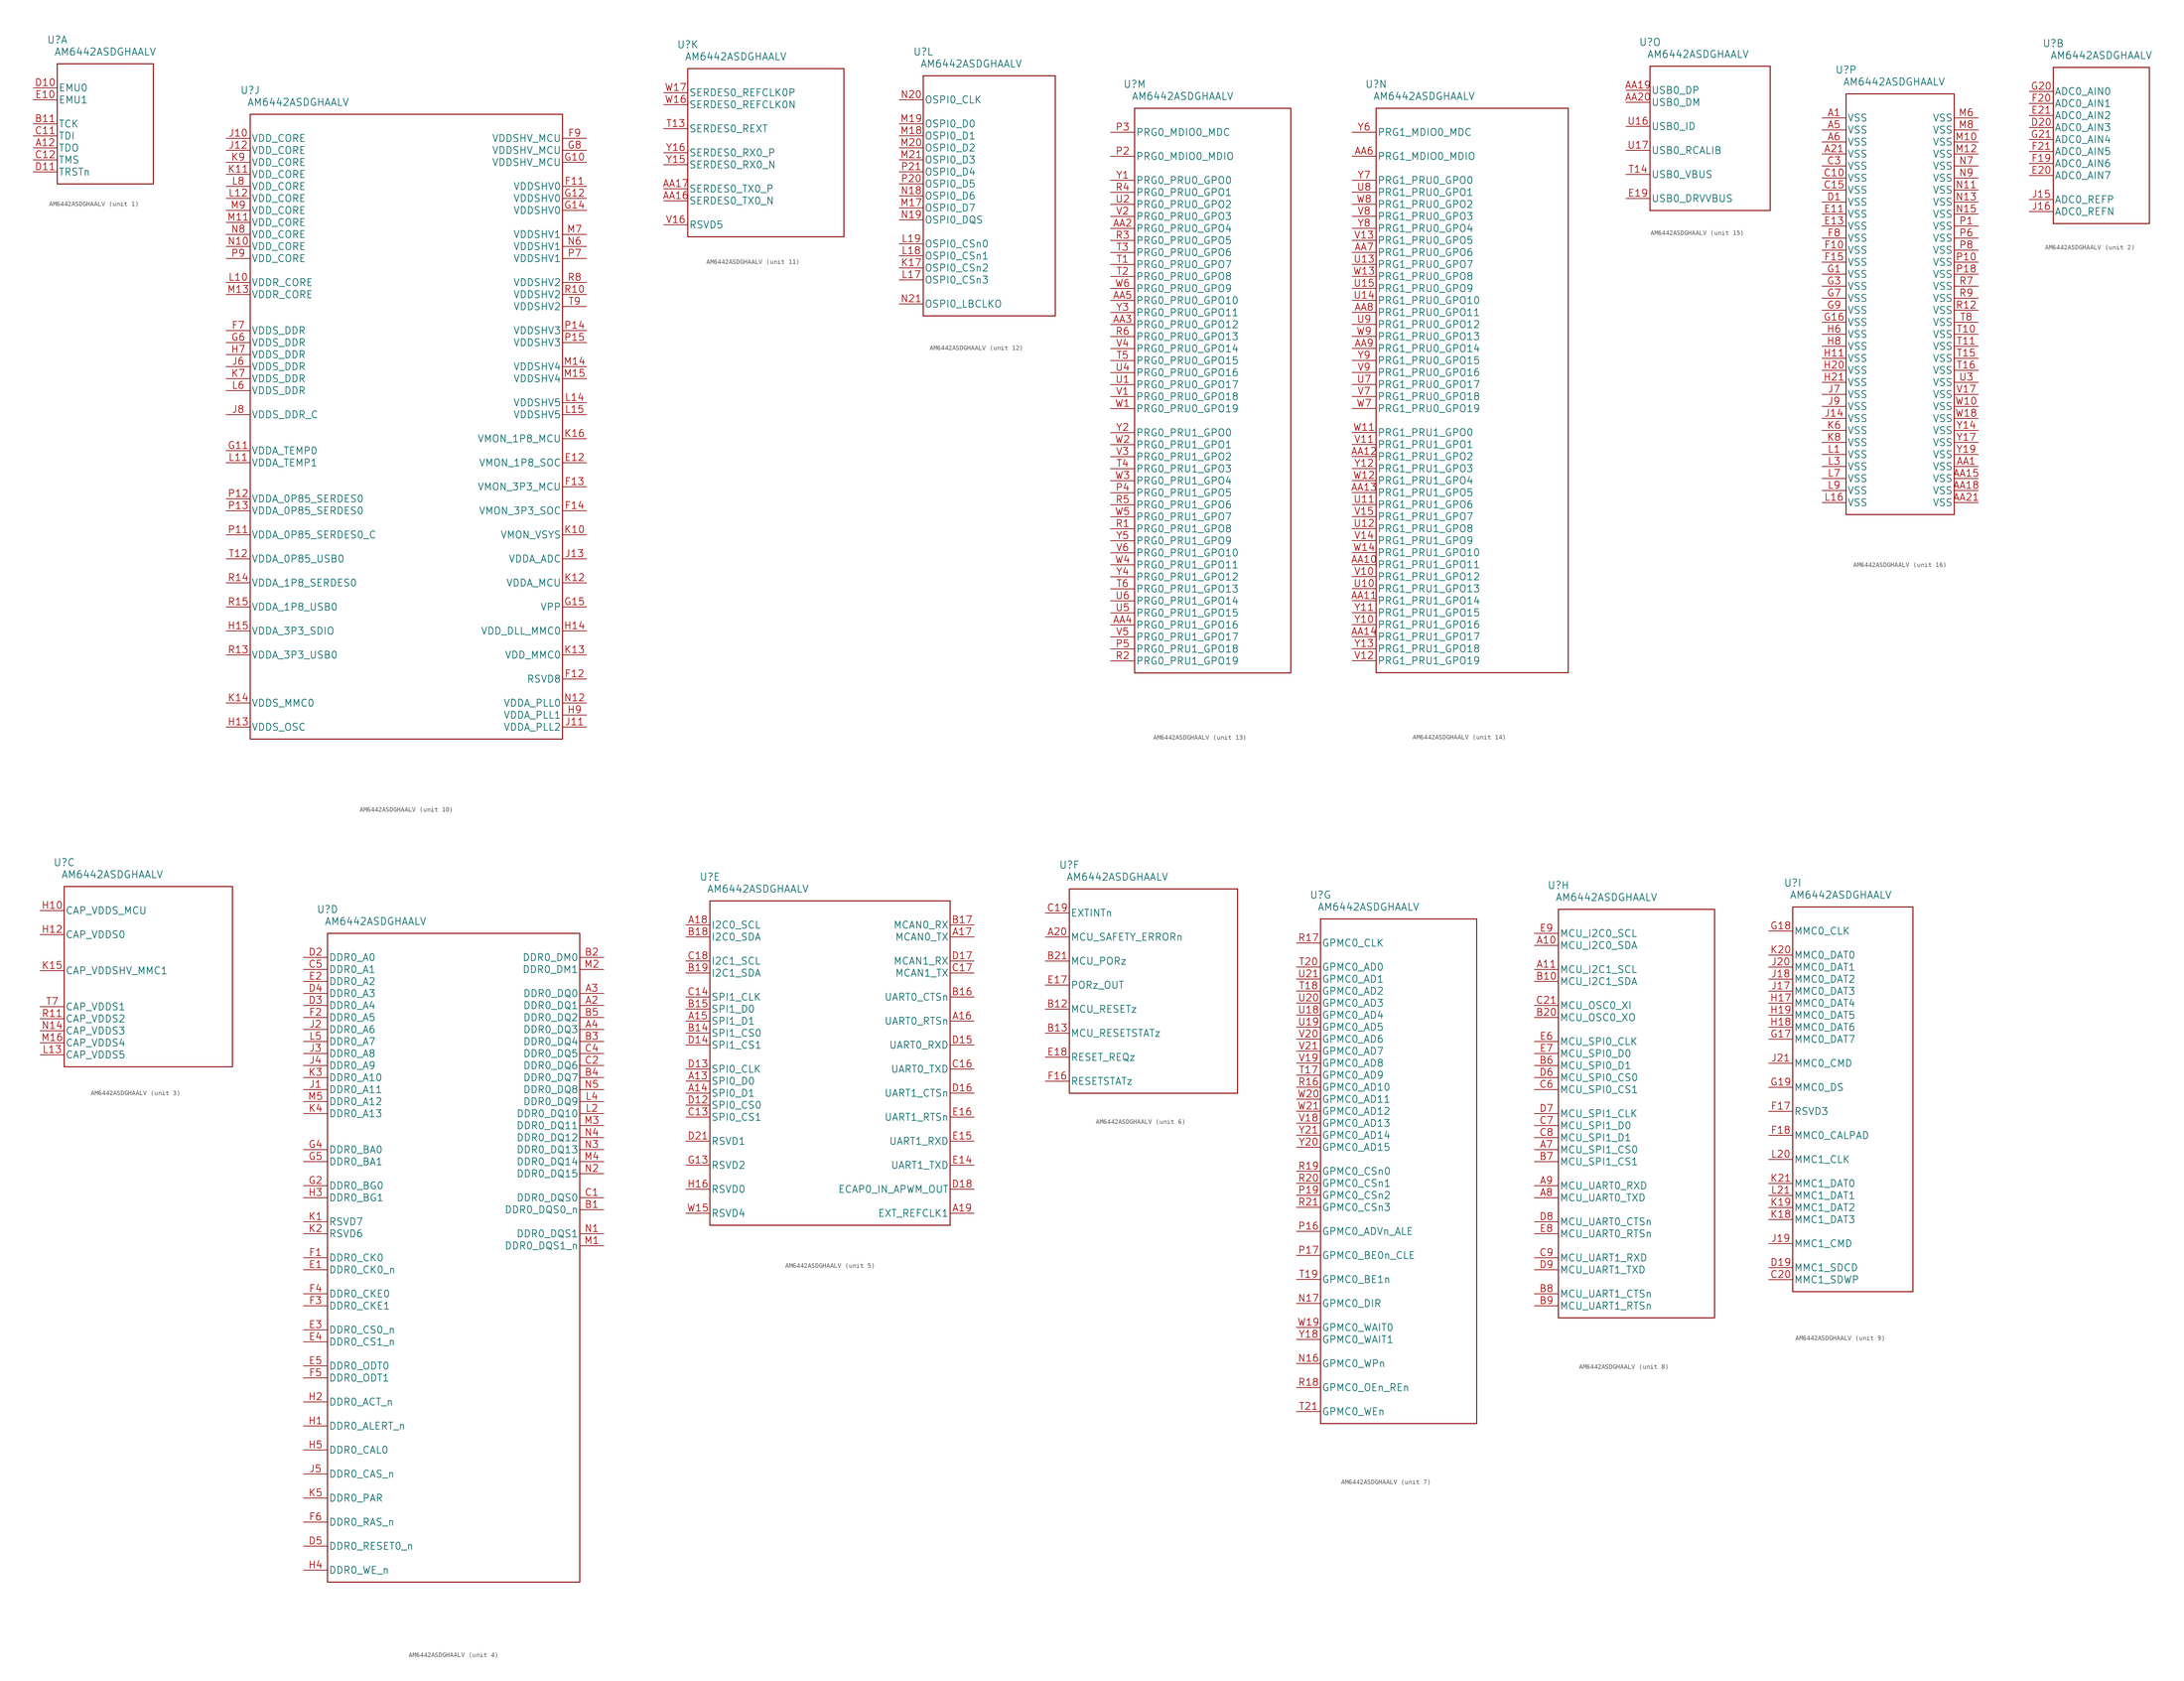
<source format=kicad_sym>
(kicad_symbol_lib
  (version 20220914)
  (generator kicad_symbol_editor)
  (symbol "AM6442ASDGHAALV"
    (pin_names
      (offset 0.254))
    (property "Reference" "U"
      (at 5.08 10.16 0)
      (effects (font (size 1.524 1.524))))
    (property "Value" "AM6442ASDGHAALV"
      (at 15.24 7.62 0)
      (effects (font (size 1.524 1.524))))
    (property "Datasheet" ""
      (at 0 0 0)
      (effects (font (size 1.524 1.524))))
    (symbol "AM6442ASDGHAALV_1_1"
      (polyline (pts (xy 5.08 -20.32) (xy 25.4 -20.32)) (stroke (width 0.203) (type solid)) (fill (type none)))
      (polyline (pts (xy 5.08 5.08) (xy 5.08 -20.32)) (stroke (width 0.203) (type solid)) (fill (type none)))
      (polyline (pts (xy 25.4 -20.32) (xy 25.4 5.08)) (stroke (width 0.203) (type solid)) (fill (type none)))
      (polyline (pts (xy 25.4 5.08) (xy 5.08 5.08)) (stroke (width 0.203) (type solid)) (fill (type none)))
      (pin output line (at 0 -12.7 0) (length 5.08) (name "TDO" (effects (font (size 1.499 1.499)))) (number "A12" (effects (font (size 1.499 1.499)))))
      (pin input line (at 0 -7.62 0) (length 5.08) (name "TCK" (effects (font (size 1.499 1.499)))) (number "B11" (effects (font (size 1.499 1.499)))))
      (pin input line (at 0 -10.16 0) (length 5.08) (name "TDI" (effects (font (size 1.499 1.499)))) (number "C11" (effects (font (size 1.499 1.499)))))
      (pin input line (at 0 -15.24 0) (length 5.08) (name "TMS" (effects (font (size 1.499 1.499)))) (number "C12" (effects (font (size 1.499 1.499)))))
      (pin bidirectional line (at 0 0 0) (length 5.08) (name "EMU0" (effects (font (size 1.499 1.499)))) (number "D10" (effects (font (size 1.499 1.499)))))
      (pin input line (at 0 -17.78 0) (length 5.08) (name "TRSTn" (effects (font (size 1.499 1.499)))) (number "D11" (effects (font (size 1.499 1.499)))))
      (pin bidirectional line (at 0 -2.54 0) (length 5.08) (name "EMU1" (effects (font (size 1.499 1.499)))) (number "E10" (effects (font (size 1.499 1.499))))))
    (symbol "AM6442ASDGHAALV_2_1"
      (polyline (pts (xy 5.08 -27.94) (xy 25.4 -27.94)) (stroke (width 0.203) (type solid)) (fill (type none)))
      (polyline (pts (xy 5.08 5.08) (xy 5.08 -27.94)) (stroke (width 0.203) (type solid)) (fill (type none)))
      (polyline (pts (xy 25.4 -27.94) (xy 25.4 5.08)) (stroke (width 0.203) (type solid)) (fill (type none)))
      (polyline (pts (xy 25.4 5.08) (xy 5.08 5.08)) (stroke (width 0.203) (type solid)) (fill (type none)))
      (pin unspecified line (at 0 -7.62 0) (length 5.08) (name "ADC0_AIN3" (effects (font (size 1.499 1.499)))) (number "D20" (effects (font (size 1.499 1.499)))))
      (pin unspecified line (at 0 -17.78 0) (length 5.08) (name "ADC0_AIN7" (effects (font (size 1.499 1.499)))) (number "E20" (effects (font (size 1.499 1.499)))))
      (pin unspecified line (at 0 -5.08 0) (length 5.08) (name "ADC0_AIN2" (effects (font (size 1.499 1.499)))) (number "E21" (effects (font (size 1.499 1.499)))))
      (pin unspecified line (at 0 -15.24 0) (length 5.08) (name "ADC0_AIN6" (effects (font (size 1.499 1.499)))) (number "F19" (effects (font (size 1.499 1.499)))))
      (pin unspecified line (at 0 -2.54 0) (length 5.08) (name "ADC0_AIN1" (effects (font (size 1.499 1.499)))) (number "F20" (effects (font (size 1.499 1.499)))))
      (pin unspecified line (at 0 -12.7 0) (length 5.08) (name "ADC0_AIN5" (effects (font (size 1.499 1.499)))) (number "F21" (effects (font (size 1.499 1.499)))))
      (pin unspecified line (at 0 0 0) (length 5.08) (name "ADC0_AIN0" (effects (font (size 1.499 1.499)))) (number "G20" (effects (font (size 1.499 1.499)))))
      (pin unspecified line (at 0 -10.16 0) (length 5.08) (name "ADC0_AIN4" (effects (font (size 1.499 1.499)))) (number "G21" (effects (font (size 1.499 1.499)))))
      (pin unspecified line (at 0 -22.86 0) (length 5.08) (name "ADC0_REFP" (effects (font (size 1.499 1.499)))) (number "J15" (effects (font (size 1.499 1.499)))))
      (pin unspecified line (at 0 -25.4 0) (length 5.08) (name "ADC0_REFN" (effects (font (size 1.499 1.499)))) (number "J16" (effects (font (size 1.499 1.499))))))
    (symbol "AM6442ASDGHAALV_3_1"
      (polyline (pts (xy 5.08 -33.02) (xy 40.64 -33.02)) (stroke (width 0.203) (type solid)) (fill (type none)))
      (polyline (pts (xy 5.08 5.08) (xy 5.08 -33.02)) (stroke (width 0.203) (type solid)) (fill (type none)))
      (polyline (pts (xy 40.64 -33.02) (xy 40.64 5.08)) (stroke (width 0.203) (type solid)) (fill (type none)))
      (polyline (pts (xy 40.64 5.08) (xy 5.08 5.08)) (stroke (width 0.203) (type solid)) (fill (type none)))
      (pin unspecified line (at 0 0 0) (length 5.08) (name "CAP_VDDS_MCU" (effects (font (size 1.499 1.499)))) (number "H10" (effects (font (size 1.499 1.499)))))
      (pin unspecified line (at 0 -5.08 0) (length 5.08) (name "CAP_VDDS0" (effects (font (size 1.499 1.499)))) (number "H12" (effects (font (size 1.499 1.499)))))
      (pin unspecified line (at 0 -12.7 0) (length 5.08) (name "CAP_VDDSHV_MMC1" (effects (font (size 1.499 1.499)))) (number "K15" (effects (font (size 1.499 1.499)))))
      (pin unspecified line (at 0 -30.48 0) (length 5.08) (name "CAP_VDDS5" (effects (font (size 1.499 1.499)))) (number "L13" (effects (font (size 1.499 1.499)))))
      (pin unspecified line (at 0 -27.94 0) (length 5.08) (name "CAP_VDDS4" (effects (font (size 1.499 1.499)))) (number "M16" (effects (font (size 1.499 1.499)))))
      (pin unspecified line (at 0 -25.4 0) (length 5.08) (name "CAP_VDDS3" (effects (font (size 1.499 1.499)))) (number "N14" (effects (font (size 1.499 1.499)))))
      (pin unspecified line (at 0 -22.86 0) (length 5.08) (name "CAP_VDDS2" (effects (font (size 1.499 1.499)))) (number "R11" (effects (font (size 1.499 1.499)))))
      (pin unspecified line (at 0 -20.32 0) (length 5.08) (name "CAP_VDDS1" (effects (font (size 1.499 1.499)))) (number "T7" (effects (font (size 1.499 1.499))))))
    (symbol "AM6442ASDGHAALV_4_1"
      (polyline (pts (xy 5.08 -132.08) (xy 58.42 -132.08)) (stroke (width 0.203) (type solid)) (fill (type none)))
      (polyline (pts (xy 5.08 5.08) (xy 5.08 -132.08)) (stroke (width 0.203) (type solid)) (fill (type none)))
      (polyline (pts (xy 58.42 -132.08) (xy 58.42 5.08)) (stroke (width 0.203) (type solid)) (fill (type none)))
      (polyline (pts (xy 58.42 5.08) (xy 5.08 5.08)) (stroke (width 0.203) (type solid)) (fill (type none)))
      (pin bidirectional line (at 63.5 -10.16 180) (length 5.08) (name "DDR0_DQ1" (effects (font (size 1.499 1.499)))) (number "A2" (effects (font (size 1.499 1.499)))))
      (pin bidirectional line (at 63.5 -7.62 180) (length 5.08) (name "DDR0_DQ0" (effects (font (size 1.499 1.499)))) (number "A3" (effects (font (size 1.499 1.499)))))
      (pin bidirectional line (at 63.5 -15.24 180) (length 5.08) (name "DDR0_DQ3" (effects (font (size 1.499 1.499)))) (number "A4" (effects (font (size 1.499 1.499)))))
      (pin bidirectional line (at 63.5 -53.34 180) (length 5.08) (name "DDR0_DQS0_n" (effects (font (size 1.499 1.499)))) (number "B1" (effects (font (size 1.499 1.499)))))
      (pin bidirectional line (at 63.5 0 180) (length 5.08) (name "DDR0_DM0" (effects (font (size 1.499 1.499)))) (number "B2" (effects (font (size 1.499 1.499)))))
      (pin bidirectional line (at 63.5 -17.78 180) (length 5.08) (name "DDR0_DQ4" (effects (font (size 1.499 1.499)))) (number "B3" (effects (font (size 1.499 1.499)))))
      (pin bidirectional line (at 63.5 -25.4 180) (length 5.08) (name "DDR0_DQ7" (effects (font (size 1.499 1.499)))) (number "B4" (effects (font (size 1.499 1.499)))))
      (pin bidirectional line (at 63.5 -12.7 180) (length 5.08) (name "DDR0_DQ2" (effects (font (size 1.499 1.499)))) (number "B5" (effects (font (size 1.499 1.499)))))
      (pin bidirectional line (at 63.5 -50.8 180) (length 5.08) (name "DDR0_DQS0" (effects (font (size 1.499 1.499)))) (number "C1" (effects (font (size 1.499 1.499)))))
      (pin bidirectional line (at 63.5 -22.86 180) (length 5.08) (name "DDR0_DQ6" (effects (font (size 1.499 1.499)))) (number "C2" (effects (font (size 1.499 1.499)))))
      (pin bidirectional line (at 63.5 -20.32 180) (length 5.08) (name "DDR0_DQ5" (effects (font (size 1.499 1.499)))) (number "C4" (effects (font (size 1.499 1.499)))))
      (pin output line (at 0 -2.54 0) (length 5.08) (name "DDR0_A1" (effects (font (size 1.499 1.499)))) (number "C5" (effects (font (size 1.499 1.499)))))
      (pin output line (at 0 0 0) (length 5.08) (name "DDR0_A0" (effects (font (size 1.499 1.499)))) (number "D2" (effects (font (size 1.499 1.499)))))
      (pin output line (at 0 -10.16 0) (length 5.08) (name "DDR0_A4" (effects (font (size 1.499 1.499)))) (number "D3" (effects (font (size 1.499 1.499)))))
      (pin output line (at 0 -7.62 0) (length 5.08) (name "DDR0_A3" (effects (font (size 1.499 1.499)))) (number "D4" (effects (font (size 1.499 1.499)))))
      (pin output line (at 0 -124.46 0) (length 5.08) (name "DDR0_RESET0_n" (effects (font (size 1.499 1.499)))) (number "D5" (effects (font (size 1.499 1.499)))))
      (pin output line (at 0 -66.04 0) (length 5.08) (name "DDR0_CK0_n" (effects (font (size 1.499 1.499)))) (number "E1" (effects (font (size 1.499 1.499)))))
      (pin output line (at 0 -5.08 0) (length 5.08) (name "DDR0_A2" (effects (font (size 1.499 1.499)))) (number "E2" (effects (font (size 1.499 1.499)))))
      (pin output line (at 0 -78.74 0) (length 5.08) (name "DDR0_CS0_n" (effects (font (size 1.499 1.499)))) (number "E3" (effects (font (size 1.499 1.499)))))
      (pin output line (at 0 -81.28 0) (length 5.08) (name "DDR0_CS1_n" (effects (font (size 1.499 1.499)))) (number "E4" (effects (font (size 1.499 1.499)))))
      (pin output line (at 0 -86.36 0) (length 5.08) (name "DDR0_ODT0" (effects (font (size 1.499 1.499)))) (number "E5" (effects (font (size 1.499 1.499)))))
      (pin output line (at 0 -63.5 0) (length 5.08) (name "DDR0_CK0" (effects (font (size 1.499 1.499)))) (number "F1" (effects (font (size 1.499 1.499)))))
      (pin output line (at 0 -12.7 0) (length 5.08) (name "DDR0_A5" (effects (font (size 1.499 1.499)))) (number "F2" (effects (font (size 1.499 1.499)))))
      (pin output line (at 0 -73.66 0) (length 5.08) (name "DDR0_CKE1" (effects (font (size 1.499 1.499)))) (number "F3" (effects (font (size 1.499 1.499)))))
      (pin output line (at 0 -71.12 0) (length 5.08) (name "DDR0_CKE0" (effects (font (size 1.499 1.499)))) (number "F4" (effects (font (size 1.499 1.499)))))
      (pin output line (at 0 -88.9 0) (length 5.08) (name "DDR0_ODT1" (effects (font (size 1.499 1.499)))) (number "F5" (effects (font (size 1.499 1.499)))))
      (pin output line (at 0 -119.38 0) (length 5.08) (name "DDR0_RAS_n" (effects (font (size 1.499 1.499)))) (number "F6" (effects (font (size 1.499 1.499)))))
      (pin output line (at 0 -48.26 0) (length 5.08) (name "DDR0_BG0" (effects (font (size 1.499 1.499)))) (number "G2" (effects (font (size 1.499 1.499)))))
      (pin output line (at 0 -40.64 0) (length 5.08) (name "DDR0_BA0" (effects (font (size 1.499 1.499)))) (number "G4" (effects (font (size 1.499 1.499)))))
      (pin output line (at 0 -43.18 0) (length 5.08) (name "DDR0_BA1" (effects (font (size 1.499 1.499)))) (number "G5" (effects (font (size 1.499 1.499)))))
      (pin bidirectional line (at 0 -99.06 0) (length 5.08) (name "DDR0_ALERT_n" (effects (font (size 1.499 1.499)))) (number "H1" (effects (font (size 1.499 1.499)))))
      (pin output line (at 0 -93.98 0) (length 5.08) (name "DDR0_ACT_n" (effects (font (size 1.499 1.499)))) (number "H2" (effects (font (size 1.499 1.499)))))
      (pin output line (at 0 -50.8 0) (length 5.08) (name "DDR0_BG1" (effects (font (size 1.499 1.499)))) (number "H3" (effects (font (size 1.499 1.499)))))
      (pin output line (at 0 -129.54 0) (length 5.08) (name "DDR0_WE_n" (effects (font (size 1.499 1.499)))) (number "H4" (effects (font (size 1.499 1.499)))))
      (pin output line (at 0 -104.14 0) (length 5.08) (name "DDR0_CAL0" (effects (font (size 1.499 1.499)))) (number "H5" (effects (font (size 1.499 1.499)))))
      (pin output line (at 0 -27.94 0) (length 5.08) (name "DDR0_A11" (effects (font (size 1.499 1.499)))) (number "J1" (effects (font (size 1.499 1.499)))))
      (pin output line (at 0 -15.24 0) (length 5.08) (name "DDR0_A6" (effects (font (size 1.499 1.499)))) (number "J2" (effects (font (size 1.499 1.499)))))
      (pin output line (at 0 -20.32 0) (length 5.08) (name "DDR0_A8" (effects (font (size 1.499 1.499)))) (number "J3" (effects (font (size 1.499 1.499)))))
      (pin output line (at 0 -22.86 0) (length 5.08) (name "DDR0_A9" (effects (font (size 1.499 1.499)))) (number "J4" (effects (font (size 1.499 1.499)))))
      (pin output line (at 0 -109.22 0) (length 5.08) (name "DDR0_CAS_n" (effects (font (size 1.499 1.499)))) (number "J5" (effects (font (size 1.499 1.499)))))
      (pin unspecified line (at 0 -55.88 0) (length 5.08) (name "RSVD7" (effects (font (size 1.499 1.499)))) (number "K1" (effects (font (size 1.499 1.499)))))
      (pin unspecified line (at 0 -58.42 0) (length 5.08) (name "RSVD6" (effects (font (size 1.499 1.499)))) (number "K2" (effects (font (size 1.499 1.499)))))
      (pin output line (at 0 -25.4 0) (length 5.08) (name "DDR0_A10" (effects (font (size 1.499 1.499)))) (number "K3" (effects (font (size 1.499 1.499)))))
      (pin output line (at 0 -33.02 0) (length 5.08) (name "DDR0_A13" (effects (font (size 1.499 1.499)))) (number "K4" (effects (font (size 1.499 1.499)))))
      (pin output line (at 0 -114.3 0) (length 5.08) (name "DDR0_PAR" (effects (font (size 1.499 1.499)))) (number "K5" (effects (font (size 1.499 1.499)))))
      (pin bidirectional line (at 63.5 -33.02 180) (length 5.08) (name "DDR0_DQ10" (effects (font (size 1.499 1.499)))) (number "L2" (effects (font (size 1.499 1.499)))))
      (pin bidirectional line (at 63.5 -30.48 180) (length 5.08) (name "DDR0_DQ9" (effects (font (size 1.499 1.499)))) (number "L4" (effects (font (size 1.499 1.499)))))
      (pin output line (at 0 -17.78 0) (length 5.08) (name "DDR0_A7" (effects (font (size 1.499 1.499)))) (number "L5" (effects (font (size 1.499 1.499)))))
      (pin bidirectional line (at 63.5 -60.96 180) (length 5.08) (name "DDR0_DQS1_n" (effects (font (size 1.499 1.499)))) (number "M1" (effects (font (size 1.499 1.499)))))
      (pin bidirectional line (at 63.5 -2.54 180) (length 5.08) (name "DDR0_DM1" (effects (font (size 1.499 1.499)))) (number "M2" (effects (font (size 1.499 1.499)))))
      (pin bidirectional line (at 63.5 -35.56 180) (length 5.08) (name "DDR0_DQ11" (effects (font (size 1.499 1.499)))) (number "M3" (effects (font (size 1.499 1.499)))))
      (pin bidirectional line (at 63.5 -43.18 180) (length 5.08) (name "DDR0_DQ14" (effects (font (size 1.499 1.499)))) (number "M4" (effects (font (size 1.499 1.499)))))
      (pin output line (at 0 -30.48 0) (length 5.08) (name "DDR0_A12" (effects (font (size 1.499 1.499)))) (number "M5" (effects (font (size 1.499 1.499)))))
      (pin bidirectional line (at 63.5 -58.42 180) (length 5.08) (name "DDR0_DQS1" (effects (font (size 1.499 1.499)))) (number "N1" (effects (font (size 1.499 1.499)))))
      (pin bidirectional line (at 63.5 -45.72 180) (length 5.08) (name "DDR0_DQ15" (effects (font (size 1.499 1.499)))) (number "N2" (effects (font (size 1.499 1.499)))))
      (pin bidirectional line (at 63.5 -40.64 180) (length 5.08) (name "DDR0_DQ13" (effects (font (size 1.499 1.499)))) (number "N3" (effects (font (size 1.499 1.499)))))
      (pin bidirectional line (at 63.5 -38.1 180) (length 5.08) (name "DDR0_DQ12" (effects (font (size 1.499 1.499)))) (number "N4" (effects (font (size 1.499 1.499)))))
      (pin bidirectional line (at 63.5 -27.94 180) (length 5.08) (name "DDR0_DQ8" (effects (font (size 1.499 1.499)))) (number "N5" (effects (font (size 1.499 1.499))))))
    (symbol "AM6442ASDGHAALV_5_1"
      (polyline (pts (xy 5.08 -63.5) (xy 55.88 -63.5)) (stroke (width 0.203) (type solid)) (fill (type none)))
      (polyline (pts (xy 5.08 5.08) (xy 5.08 -63.5)) (stroke (width 0.203) (type solid)) (fill (type none)))
      (polyline (pts (xy 55.88 -63.5) (xy 55.88 5.08)) (stroke (width 0.203) (type solid)) (fill (type none)))
      (polyline (pts (xy 55.88 5.08) (xy 5.08 5.08)) (stroke (width 0.203) (type solid)) (fill (type none)))
      (pin bidirectional line (at 0 -33.02 0) (length 5.08) (name "SPI0_D0" (effects (font (size 1.499 1.499)))) (number "A13" (effects (font (size 1.499 1.499)))))
      (pin bidirectional line (at 0 -35.56 0) (length 5.08) (name "SPI0_D1" (effects (font (size 1.499 1.499)))) (number "A14" (effects (font (size 1.499 1.499)))))
      (pin bidirectional line (at 0 -20.32 0) (length 5.08) (name "SPI1_D1" (effects (font (size 1.499 1.499)))) (number "A15" (effects (font (size 1.499 1.499)))))
      (pin bidirectional line (at 60.96 -20.32 180) (length 5.08) (name "UART0_RTSn" (effects (font (size 1.499 1.499)))) (number "A16" (effects (font (size 1.499 1.499)))))
      (pin bidirectional line (at 60.96 -2.54 180) (length 5.08) (name "MCAN0_TX" (effects (font (size 1.499 1.499)))) (number "A17" (effects (font (size 1.499 1.499)))))
      (pin bidirectional line (at 0 0 0) (length 5.08) (name "I2C0_SCL" (effects (font (size 1.499 1.499)))) (number "A18" (effects (font (size 1.499 1.499)))))
      (pin bidirectional line (at 60.96 -60.96 180) (length 5.08) (name "EXT_REFCLK1" (effects (font (size 1.499 1.499)))) (number "A19" (effects (font (size 1.499 1.499)))))
      (pin bidirectional line (at 0 -22.86 0) (length 5.08) (name "SPI1_CS0" (effects (font (size 1.499 1.499)))) (number "B14" (effects (font (size 1.499 1.499)))))
      (pin bidirectional line (at 0 -17.78 0) (length 5.08) (name "SPI1_D0" (effects (font (size 1.499 1.499)))) (number "B15" (effects (font (size 1.499 1.499)))))
      (pin bidirectional line (at 60.96 -15.24 180) (length 5.08) (name "UART0_CTSn" (effects (font (size 1.499 1.499)))) (number "B16" (effects (font (size 1.499 1.499)))))
      (pin bidirectional line (at 60.96 0 180) (length 5.08) (name "MCAN0_RX" (effects (font (size 1.499 1.499)))) (number "B17" (effects (font (size 1.499 1.499)))))
      (pin bidirectional line (at 0 -2.54 0) (length 5.08) (name "I2C0_SDA" (effects (font (size 1.499 1.499)))) (number "B18" (effects (font (size 1.499 1.499)))))
      (pin bidirectional line (at 0 -10.16 0) (length 5.08) (name "I2C1_SDA" (effects (font (size 1.499 1.499)))) (number "B19" (effects (font (size 1.499 1.499)))))
      (pin bidirectional line (at 0 -40.64 0) (length 5.08) (name "SPI0_CS1" (effects (font (size 1.499 1.499)))) (number "C13" (effects (font (size 1.499 1.499)))))
      (pin bidirectional line (at 0 -15.24 0) (length 5.08) (name "SPI1_CLK" (effects (font (size 1.499 1.499)))) (number "C14" (effects (font (size 1.499 1.499)))))
      (pin bidirectional line (at 60.96 -30.48 180) (length 5.08) (name "UART0_TXD" (effects (font (size 1.499 1.499)))) (number "C16" (effects (font (size 1.499 1.499)))))
      (pin bidirectional line (at 60.96 -10.16 180) (length 5.08) (name "MCAN1_TX" (effects (font (size 1.499 1.499)))) (number "C17" (effects (font (size 1.499 1.499)))))
      (pin bidirectional line (at 0 -7.62 0) (length 5.08) (name "I2C1_SCL" (effects (font (size 1.499 1.499)))) (number "C18" (effects (font (size 1.499 1.499)))))
      (pin bidirectional line (at 0 -38.1 0) (length 5.08) (name "SPI0_CS0" (effects (font (size 1.499 1.499)))) (number "D12" (effects (font (size 1.499 1.499)))))
      (pin bidirectional line (at 0 -30.48 0) (length 5.08) (name "SPI0_CLK" (effects (font (size 1.499 1.499)))) (number "D13" (effects (font (size 1.499 1.499)))))
      (pin bidirectional line (at 0 -25.4 0) (length 5.08) (name "SPI1_CS1" (effects (font (size 1.499 1.499)))) (number "D14" (effects (font (size 1.499 1.499)))))
      (pin bidirectional line (at 60.96 -25.4 180) (length 5.08) (name "UART0_RXD" (effects (font (size 1.499 1.499)))) (number "D15" (effects (font (size 1.499 1.499)))))
      (pin bidirectional line (at 60.96 -35.56 180) (length 5.08) (name "UART1_CTSn" (effects (font (size 1.499 1.499)))) (number "D16" (effects (font (size 1.499 1.499)))))
      (pin bidirectional line (at 60.96 -7.62 180) (length 5.08) (name "MCAN1_RX" (effects (font (size 1.499 1.499)))) (number "D17" (effects (font (size 1.499 1.499)))))
      (pin bidirectional line (at 60.96 -55.88 180) (length 5.08) (name "ECAP0_IN_APWM_OUT" (effects (font (size 1.499 1.499)))) (number "D18" (effects (font (size 1.499 1.499)))))
      (pin unspecified line (at 0 -45.72 0) (length 5.08) (name "RSVD1" (effects (font (size 1.499 1.499)))) (number "D21" (effects (font (size 1.499 1.499)))))
      (pin bidirectional line (at 60.96 -50.8 180) (length 5.08) (name "UART1_TXD" (effects (font (size 1.499 1.499)))) (number "E14" (effects (font (size 1.499 1.499)))))
      (pin bidirectional line (at 60.96 -45.72 180) (length 5.08) (name "UART1_RXD" (effects (font (size 1.499 1.499)))) (number "E15" (effects (font (size 1.499 1.499)))))
      (pin bidirectional line (at 60.96 -40.64 180) (length 5.08) (name "UART1_RTSn" (effects (font (size 1.499 1.499)))) (number "E16" (effects (font (size 1.499 1.499)))))
      (pin unspecified line (at 0 -50.8 0) (length 5.08) (name "RSVD2" (effects (font (size 1.499 1.499)))) (number "G13" (effects (font (size 1.499 1.499)))))
      (pin unspecified line (at 0 -55.88 0) (length 5.08) (name "RSVD0" (effects (font (size 1.499 1.499)))) (number "H16" (effects (font (size 1.499 1.499)))))
      (pin unspecified line (at 0 -60.96 0) (length 5.08) (name "RSVD4" (effects (font (size 1.499 1.499)))) (number "W15" (effects (font (size 1.499 1.499))))))
    (symbol "AM6442ASDGHAALV_6_1"
      (polyline (pts (xy 5.08 -38.1) (xy 40.64 -38.1)) (stroke (width 0.203) (type solid)) (fill (type none)))
      (polyline (pts (xy 5.08 5.08) (xy 5.08 -38.1)) (stroke (width 0.203) (type solid)) (fill (type none)))
      (polyline (pts (xy 40.64 -38.1) (xy 40.64 5.08)) (stroke (width 0.203) (type solid)) (fill (type none)))
      (polyline (pts (xy 40.64 5.08) (xy 5.08 5.08)) (stroke (width 0.203) (type solid)) (fill (type none)))
      (pin bidirectional line (at 0 -5.08 0) (length 5.08) (name "MCU_SAFETY_ERRORn" (effects (font (size 1.499 1.499)))) (number "A20" (effects (font (size 1.499 1.499)))))
      (pin input line (at 0 -20.32 0) (length 5.08) (name "MCU_RESETz" (effects (font (size 1.499 1.499)))) (number "B12" (effects (font (size 1.499 1.499)))))
      (pin output line (at 0 -25.4 0) (length 5.08) (name "MCU_RESETSTATz" (effects (font (size 1.499 1.499)))) (number "B13" (effects (font (size 1.499 1.499)))))
      (pin input line (at 0 -10.16 0) (length 5.08) (name "MCU_PORz" (effects (font (size 1.499 1.499)))) (number "B21" (effects (font (size 1.499 1.499)))))
      (pin bidirectional line (at 0 0 0) (length 5.08) (name "EXTINTn" (effects (font (size 1.499 1.499)))) (number "C19" (effects (font (size 1.499 1.499)))))
      (pin output line (at 0 -15.24 0) (length 5.08) (name "PORz_OUT" (effects (font (size 1.499 1.499)))) (number "E17" (effects (font (size 1.499 1.499)))))
      (pin input line (at 0 -30.48 0) (length 5.08) (name "RESET_REQz" (effects (font (size 1.499 1.499)))) (number "E18" (effects (font (size 1.499 1.499)))))
      (pin output line (at 0 -35.56 0) (length 5.08) (name "RESETSTATz" (effects (font (size 1.499 1.499)))) (number "F16" (effects (font (size 1.499 1.499))))))
    (symbol "AM6442ASDGHAALV_7_1"
      (polyline (pts (xy 5.08 -101.6) (xy 38.1 -101.6)) (stroke (width 0.203) (type solid)) (fill (type none)))
      (polyline (pts (xy 5.08 5.08) (xy 5.08 -101.6)) (stroke (width 0.203) (type solid)) (fill (type none)))
      (polyline (pts (xy 38.1 -101.6) (xy 38.1 5.08)) (stroke (width 0.203) (type solid)) (fill (type none)))
      (polyline (pts (xy 38.1 5.08) (xy 5.08 5.08)) (stroke (width 0.203) (type solid)) (fill (type none)))
      (pin bidirectional line (at 0 -88.9 0) (length 5.08) (name "GPMC0_WPn" (effects (font (size 1.499 1.499)))) (number "N16" (effects (font (size 1.499 1.499)))))
      (pin bidirectional line (at 0 -76.2 0) (length 5.08) (name "GPMC0_DIR" (effects (font (size 1.499 1.499)))) (number "N17" (effects (font (size 1.499 1.499)))))
      (pin bidirectional line (at 0 -60.96 0) (length 5.08) (name "GPMC0_ADVn_ALE" (effects (font (size 1.499 1.499)))) (number "P16" (effects (font (size 1.499 1.499)))))
      (pin bidirectional line (at 0 -66.04 0) (length 5.08) (name "GPMC0_BE0n_CLE" (effects (font (size 1.499 1.499)))) (number "P17" (effects (font (size 1.499 1.499)))))
      (pin bidirectional line (at 0 -53.34 0) (length 5.08) (name "GPMC0_CSn2" (effects (font (size 1.499 1.499)))) (number "P19" (effects (font (size 1.499 1.499)))))
      (pin bidirectional line (at 0 -30.48 0) (length 5.08) (name "GPMC0_AD10" (effects (font (size 1.499 1.499)))) (number "R16" (effects (font (size 1.499 1.499)))))
      (pin bidirectional line (at 0 0 0) (length 5.08) (name "GPMC0_CLK" (effects (font (size 1.499 1.499)))) (number "R17" (effects (font (size 1.499 1.499)))))
      (pin bidirectional line (at 0 -93.98 0) (length 5.08) (name "GPMC0_OEn_REn" (effects (font (size 1.499 1.499)))) (number "R18" (effects (font (size 1.499 1.499)))))
      (pin bidirectional line (at 0 -48.26 0) (length 5.08) (name "GPMC0_CSn0" (effects (font (size 1.499 1.499)))) (number "R19" (effects (font (size 1.499 1.499)))))
      (pin bidirectional line (at 0 -50.8 0) (length 5.08) (name "GPMC0_CSn1" (effects (font (size 1.499 1.499)))) (number "R20" (effects (font (size 1.499 1.499)))))
      (pin bidirectional line (at 0 -55.88 0) (length 5.08) (name "GPMC0_CSn3" (effects (font (size 1.499 1.499)))) (number "R21" (effects (font (size 1.499 1.499)))))
      (pin bidirectional line (at 0 -27.94 0) (length 5.08) (name "GPMC0_AD9" (effects (font (size 1.499 1.499)))) (number "T17" (effects (font (size 1.499 1.499)))))
      (pin bidirectional line (at 0 -10.16 0) (length 5.08) (name "GPMC0_AD2" (effects (font (size 1.499 1.499)))) (number "T18" (effects (font (size 1.499 1.499)))))
      (pin bidirectional line (at 0 -71.12 0) (length 5.08) (name "GPMC0_BE1n" (effects (font (size 1.499 1.499)))) (number "T19" (effects (font (size 1.499 1.499)))))
      (pin bidirectional line (at 0 -5.08 0) (length 5.08) (name "GPMC0_AD0" (effects (font (size 1.499 1.499)))) (number "T20" (effects (font (size 1.499 1.499)))))
      (pin bidirectional line (at 0 -99.06 0) (length 5.08) (name "GPMC0_WEn" (effects (font (size 1.499 1.499)))) (number "T21" (effects (font (size 1.499 1.499)))))
      (pin bidirectional line (at 0 -15.24 0) (length 5.08) (name "GPMC0_AD4" (effects (font (size 1.499 1.499)))) (number "U18" (effects (font (size 1.499 1.499)))))
      (pin bidirectional line (at 0 -17.78 0) (length 5.08) (name "GPMC0_AD5" (effects (font (size 1.499 1.499)))) (number "U19" (effects (font (size 1.499 1.499)))))
      (pin bidirectional line (at 0 -12.7 0) (length 5.08) (name "GPMC0_AD3" (effects (font (size 1.499 1.499)))) (number "U20" (effects (font (size 1.499 1.499)))))
      (pin bidirectional line (at 0 -7.62 0) (length 5.08) (name "GPMC0_AD1" (effects (font (size 1.499 1.499)))) (number "U21" (effects (font (size 1.499 1.499)))))
      (pin bidirectional line (at 0 -38.1 0) (length 5.08) (name "GPMC0_AD13" (effects (font (size 1.499 1.499)))) (number "V18" (effects (font (size 1.499 1.499)))))
      (pin bidirectional line (at 0 -25.4 0) (length 5.08) (name "GPMC0_AD8" (effects (font (size 1.499 1.499)))) (number "V19" (effects (font (size 1.499 1.499)))))
      (pin bidirectional line (at 0 -20.32 0) (length 5.08) (name "GPMC0_AD6" (effects (font (size 1.499 1.499)))) (number "V20" (effects (font (size 1.499 1.499)))))
      (pin bidirectional line (at 0 -22.86 0) (length 5.08) (name "GPMC0_AD7" (effects (font (size 1.499 1.499)))) (number "V21" (effects (font (size 1.499 1.499)))))
      (pin bidirectional line (at 0 -81.28 0) (length 5.08) (name "GPMC0_WAIT0" (effects (font (size 1.499 1.499)))) (number "W19" (effects (font (size 1.499 1.499)))))
      (pin bidirectional line (at 0 -33.02 0) (length 5.08) (name "GPMC0_AD11" (effects (font (size 1.499 1.499)))) (number "W20" (effects (font (size 1.499 1.499)))))
      (pin bidirectional line (at 0 -35.56 0) (length 5.08) (name "GPMC0_AD12" (effects (font (size 1.499 1.499)))) (number "W21" (effects (font (size 1.499 1.499)))))
      (pin bidirectional line (at 0 -83.82 0) (length 5.08) (name "GPMC0_WAIT1" (effects (font (size 1.499 1.499)))) (number "Y18" (effects (font (size 1.499 1.499)))))
      (pin bidirectional line (at 0 -43.18 0) (length 5.08) (name "GPMC0_AD15" (effects (font (size 1.499 1.499)))) (number "Y20" (effects (font (size 1.499 1.499)))))
      (pin bidirectional line (at 0 -40.64 0) (length 5.08) (name "GPMC0_AD14" (effects (font (size 1.499 1.499)))) (number "Y21" (effects (font (size 1.499 1.499))))))
    (symbol "AM6442ASDGHAALV_8_1"
      (polyline (pts (xy 5.08 -81.28) (xy 38.1 -81.28)) (stroke (width 0.203) (type solid)) (fill (type none)))
      (polyline (pts (xy 5.08 5.08) (xy 5.08 -81.28)) (stroke (width 0.203) (type solid)) (fill (type none)))
      (polyline (pts (xy 38.1 -81.28) (xy 38.1 5.08)) (stroke (width 0.203) (type solid)) (fill (type none)))
      (polyline (pts (xy 38.1 5.08) (xy 5.08 5.08)) (stroke (width 0.203) (type solid)) (fill (type none)))
      (pin bidirectional line (at 0 -2.54 0) (length 5.08) (name "MCU_I2C0_SDA" (effects (font (size 1.499 1.499)))) (number "A10" (effects (font (size 1.499 1.499)))))
      (pin bidirectional line (at 0 -7.62 0) (length 5.08) (name "MCU_I2C1_SCL" (effects (font (size 1.499 1.499)))) (number "A11" (effects (font (size 1.499 1.499)))))
      (pin bidirectional line (at 0 -45.72 0) (length 5.08) (name "MCU_SPI1_CS0" (effects (font (size 1.499 1.499)))) (number "A7" (effects (font (size 1.499 1.499)))))
      (pin bidirectional line (at 0 -55.88 0) (length 5.08) (name "MCU_UART0_TXD" (effects (font (size 1.499 1.499)))) (number "A8" (effects (font (size 1.499 1.499)))))
      (pin bidirectional line (at 0 -53.34 0) (length 5.08) (name "MCU_UART0_RXD" (effects (font (size 1.499 1.499)))) (number "A9" (effects (font (size 1.499 1.499)))))
      (pin bidirectional line (at 0 -10.16 0) (length 5.08) (name "MCU_I2C1_SDA" (effects (font (size 1.499 1.499)))) (number "B10" (effects (font (size 1.499 1.499)))))
      (pin output line (at 0 -17.78 0) (length 5.08) (name "MCU_OSC0_XO" (effects (font (size 1.499 1.499)))) (number "B20" (effects (font (size 1.499 1.499)))))
      (pin bidirectional line (at 0 -27.94 0) (length 5.08) (name "MCU_SPI0_D1" (effects (font (size 1.499 1.499)))) (number "B6" (effects (font (size 1.499 1.499)))))
      (pin bidirectional line (at 0 -48.26 0) (length 5.08) (name "MCU_SPI1_CS1" (effects (font (size 1.499 1.499)))) (number "B7" (effects (font (size 1.499 1.499)))))
      (pin bidirectional line (at 0 -76.2 0) (length 5.08) (name "MCU_UART1_CTSn" (effects (font (size 1.499 1.499)))) (number "B8" (effects (font (size 1.499 1.499)))))
      (pin bidirectional line (at 0 -78.74 0) (length 5.08) (name "MCU_UART1_RTSn" (effects (font (size 1.499 1.499)))) (number "B9" (effects (font (size 1.499 1.499)))))
      (pin input line (at 0 -15.24 0) (length 5.08) (name "MCU_OSC0_XI" (effects (font (size 1.499 1.499)))) (number "C21" (effects (font (size 1.499 1.499)))))
      (pin bidirectional line (at 0 -33.02 0) (length 5.08) (name "MCU_SPI0_CS1" (effects (font (size 1.499 1.499)))) (number "C6" (effects (font (size 1.499 1.499)))))
      (pin bidirectional line (at 0 -40.64 0) (length 5.08) (name "MCU_SPI1_D0" (effects (font (size 1.499 1.499)))) (number "C7" (effects (font (size 1.499 1.499)))))
      (pin bidirectional line (at 0 -43.18 0) (length 5.08) (name "MCU_SPI1_D1" (effects (font (size 1.499 1.499)))) (number "C8" (effects (font (size 1.499 1.499)))))
      (pin bidirectional line (at 0 -68.58 0) (length 5.08) (name "MCU_UART1_RXD" (effects (font (size 1.499 1.499)))) (number "C9" (effects (font (size 1.499 1.499)))))
      (pin bidirectional line (at 0 -30.48 0) (length 5.08) (name "MCU_SPI0_CS0" (effects (font (size 1.499 1.499)))) (number "D6" (effects (font (size 1.499 1.499)))))
      (pin bidirectional line (at 0 -38.1 0) (length 5.08) (name "MCU_SPI1_CLK" (effects (font (size 1.499 1.499)))) (number "D7" (effects (font (size 1.499 1.499)))))
      (pin bidirectional line (at 0 -60.96 0) (length 5.08) (name "MCU_UART0_CTSn" (effects (font (size 1.499 1.499)))) (number "D8" (effects (font (size 1.499 1.499)))))
      (pin bidirectional line (at 0 -71.12 0) (length 5.08) (name "MCU_UART1_TXD" (effects (font (size 1.499 1.499)))) (number "D9" (effects (font (size 1.499 1.499)))))
      (pin bidirectional line (at 0 -22.86 0) (length 5.08) (name "MCU_SPI0_CLK" (effects (font (size 1.499 1.499)))) (number "E6" (effects (font (size 1.499 1.499)))))
      (pin bidirectional line (at 0 -25.4 0) (length 5.08) (name "MCU_SPI0_D0" (effects (font (size 1.499 1.499)))) (number "E7" (effects (font (size 1.499 1.499)))))
      (pin bidirectional line (at 0 -63.5 0) (length 5.08) (name "MCU_UART0_RTSn" (effects (font (size 1.499 1.499)))) (number "E8" (effects (font (size 1.499 1.499)))))
      (pin bidirectional line (at 0 0 0) (length 5.08) (name "MCU_I2C0_SCL" (effects (font (size 1.499 1.499)))) (number "E9" (effects (font (size 1.499 1.499))))))
    (symbol "AM6442ASDGHAALV_9_1"
      (polyline (pts (xy 5.08 -76.2) (xy 30.48 -76.2)) (stroke (width 0.203) (type solid)) (fill (type none)))
      (polyline (pts (xy 5.08 5.08) (xy 5.08 -76.2)) (stroke (width 0.203) (type solid)) (fill (type none)))
      (polyline (pts (xy 30.48 -76.2) (xy 30.48 5.08)) (stroke (width 0.203) (type solid)) (fill (type none)))
      (polyline (pts (xy 30.48 5.08) (xy 5.08 5.08)) (stroke (width 0.203) (type solid)) (fill (type none)))
      (pin bidirectional line (at 0 -73.66 0) (length 5.08) (name "MMC1_SDWP" (effects (font (size 1.499 1.499)))) (number "C20" (effects (font (size 1.499 1.499)))))
      (pin bidirectional line (at 0 -71.12 0) (length 5.08) (name "MMC1_SDCD" (effects (font (size 1.499 1.499)))) (number "D19" (effects (font (size 1.499 1.499)))))
      (pin unspecified line (at 0 -38.1 0) (length 5.08) (name "RSVD3" (effects (font (size 1.499 1.499)))) (number "F17" (effects (font (size 1.499 1.499)))))
      (pin unspecified line (at 0 -43.18 0) (length 5.08) (name "MMC0_CALPAD" (effects (font (size 1.499 1.499)))) (number "F18" (effects (font (size 1.499 1.499)))))
      (pin bidirectional line (at 0 -22.86 0) (length 5.08) (name "MMC0_DAT7" (effects (font (size 1.499 1.499)))) (number "G17" (effects (font (size 1.499 1.499)))))
      (pin bidirectional line (at 0 0 0) (length 5.08) (name "MMC0_CLK" (effects (font (size 1.499 1.499)))) (number "G18" (effects (font (size 1.499 1.499)))))
      (pin bidirectional line (at 0 -33.02 0) (length 5.08) (name "MMC0_DS" (effects (font (size 1.499 1.499)))) (number "G19" (effects (font (size 1.499 1.499)))))
      (pin bidirectional line (at 0 -15.24 0) (length 5.08) (name "MMC0_DAT4" (effects (font (size 1.499 1.499)))) (number "H17" (effects (font (size 1.499 1.499)))))
      (pin bidirectional line (at 0 -20.32 0) (length 5.08) (name "MMC0_DAT6" (effects (font (size 1.499 1.499)))) (number "H18" (effects (font (size 1.499 1.499)))))
      (pin bidirectional line (at 0 -17.78 0) (length 5.08) (name "MMC0_DAT5" (effects (font (size 1.499 1.499)))) (number "H19" (effects (font (size 1.499 1.499)))))
      (pin bidirectional line (at 0 -12.7 0) (length 5.08) (name "MMC0_DAT3" (effects (font (size 1.499 1.499)))) (number "J17" (effects (font (size 1.499 1.499)))))
      (pin bidirectional line (at 0 -10.16 0) (length 5.08) (name "MMC0_DAT2" (effects (font (size 1.499 1.499)))) (number "J18" (effects (font (size 1.499 1.499)))))
      (pin bidirectional line (at 0 -66.04 0) (length 5.08) (name "MMC1_CMD" (effects (font (size 1.499 1.499)))) (number "J19" (effects (font (size 1.499 1.499)))))
      (pin bidirectional line (at 0 -7.62 0) (length 5.08) (name "MMC0_DAT1" (effects (font (size 1.499 1.499)))) (number "J20" (effects (font (size 1.499 1.499)))))
      (pin bidirectional line (at 0 -27.94 0) (length 5.08) (name "MMC0_CMD" (effects (font (size 1.499 1.499)))) (number "J21" (effects (font (size 1.499 1.499)))))
      (pin bidirectional line (at 0 -60.96 0) (length 5.08) (name "MMC1_DAT3" (effects (font (size 1.499 1.499)))) (number "K18" (effects (font (size 1.499 1.499)))))
      (pin bidirectional line (at 0 -58.42 0) (length 5.08) (name "MMC1_DAT2" (effects (font (size 1.499 1.499)))) (number "K19" (effects (font (size 1.499 1.499)))))
      (pin bidirectional line (at 0 -5.08 0) (length 5.08) (name "MMC0_DAT0" (effects (font (size 1.499 1.499)))) (number "K20" (effects (font (size 1.499 1.499)))))
      (pin bidirectional line (at 0 -53.34 0) (length 5.08) (name "MMC1_DAT0" (effects (font (size 1.499 1.499)))) (number "K21" (effects (font (size 1.499 1.499)))))
      (pin bidirectional line (at 0 -48.26 0) (length 5.08) (name "MMC1_CLK" (effects (font (size 1.499 1.499)))) (number "L20" (effects (font (size 1.499 1.499)))))
      (pin bidirectional line (at 0 -55.88 0) (length 5.08) (name "MMC1_DAT1" (effects (font (size 1.499 1.499)))) (number "L21" (effects (font (size 1.499 1.499))))))
    (symbol "AM6442ASDGHAALV_10_1"
      (polyline (pts (xy 5.08 -127) (xy 71.12 -127)) (stroke (width 0.203) (type solid)) (fill (type none)))
      (polyline (pts (xy 5.08 5.08) (xy 5.08 -127)) (stroke (width 0.203) (type solid)) (fill (type none)))
      (polyline (pts (xy 71.12 -127) (xy 71.12 5.08)) (stroke (width 0.203) (type solid)) (fill (type none)))
      (polyline (pts (xy 71.12 5.08) (xy 5.08 5.08)) (stroke (width 0.203) (type solid)) (fill (type none)))
      (pin power_in line (at 76.2 -68.58 180) (length 5.08) (name "VMON_1P8_SOC" (effects (font (size 1.499 1.499)))) (number "E12" (effects (font (size 1.499 1.499)))))
      (pin power_in line (at 76.2 -10.16 180) (length 5.08) (name "VDDSHV0" (effects (font (size 1.499 1.499)))) (number "F11" (effects (font (size 1.499 1.499)))))
      (pin unspecified line (at 76.2 -114.3 180) (length 5.08) (name "RSVD8" (effects (font (size 1.499 1.499)))) (number "F12" (effects (font (size 1.499 1.499)))))
      (pin power_in line (at 76.2 -73.66 180) (length 5.08) (name "VMON_3P3_MCU" (effects (font (size 1.499 1.499)))) (number "F13" (effects (font (size 1.499 1.499)))))
      (pin power_in line (at 76.2 -78.74 180) (length 5.08) (name "VMON_3P3_SOC" (effects (font (size 1.499 1.499)))) (number "F14" (effects (font (size 1.499 1.499)))))
      (pin power_in line (at 0 -40.64 0) (length 5.08) (name "VDDS_DDR" (effects (font (size 1.499 1.499)))) (number "F7" (effects (font (size 1.499 1.499)))))
      (pin power_in line (at 76.2 0 180) (length 5.08) (name "VDDSHV_MCU" (effects (font (size 1.499 1.499)))) (number "F9" (effects (font (size 1.499 1.499)))))
      (pin power_in line (at 76.2 -5.08 180) (length 5.08) (name "VDDSHV_MCU" (effects (font (size 1.499 1.499)))) (number "G10" (effects (font (size 1.499 1.499)))))
      (pin power_in line (at 0 -66.04 0) (length 5.08) (name "VDDA_TEMP0" (effects (font (size 1.499 1.499)))) (number "G11" (effects (font (size 1.499 1.499)))))
      (pin power_in line (at 76.2 -12.7 180) (length 5.08) (name "VDDSHV0" (effects (font (size 1.499 1.499)))) (number "G12" (effects (font (size 1.499 1.499)))))
      (pin power_in line (at 76.2 -15.24 180) (length 5.08) (name "VDDSHV0" (effects (font (size 1.499 1.499)))) (number "G14" (effects (font (size 1.499 1.499)))))
      (pin power_in line (at 76.2 -99.06 180) (length 5.08) (name "VPP" (effects (font (size 1.499 1.499)))) (number "G15" (effects (font (size 1.499 1.499)))))
      (pin power_in line (at 0 -43.18 0) (length 5.08) (name "VDDS_DDR" (effects (font (size 1.499 1.499)))) (number "G6" (effects (font (size 1.499 1.499)))))
      (pin power_in line (at 76.2 -2.54 180) (length 5.08) (name "VDDSHV_MCU" (effects (font (size 1.499 1.499)))) (number "G8" (effects (font (size 1.499 1.499)))))
      (pin power_in line (at 0 -124.46 0) (length 5.08) (name "VDDS_OSC" (effects (font (size 1.499 1.499)))) (number "H13" (effects (font (size 1.499 1.499)))))
      (pin power_in line (at 76.2 -104.14 180) (length 5.08) (name "VDD_DLL_MMC0" (effects (font (size 1.499 1.499)))) (number "H14" (effects (font (size 1.499 1.499)))))
      (pin power_in line (at 0 -104.14 0) (length 5.08) (name "VDDA_3P3_SDIO" (effects (font (size 1.499 1.499)))) (number "H15" (effects (font (size 1.499 1.499)))))
      (pin power_in line (at 0 -45.72 0) (length 5.08) (name "VDDS_DDR" (effects (font (size 1.499 1.499)))) (number "H7" (effects (font (size 1.499 1.499)))))
      (pin power_in line (at 76.2 -121.92 180) (length 5.08) (name "VDDA_PLL1" (effects (font (size 1.499 1.499)))) (number "H9" (effects (font (size 1.499 1.499)))))
      (pin power_in line (at 0 0 0) (length 5.08) (name "VDD_CORE" (effects (font (size 1.499 1.499)))) (number "J10" (effects (font (size 1.499 1.499)))))
      (pin power_in line (at 76.2 -124.46 180) (length 5.08) (name "VDDA_PLL2" (effects (font (size 1.499 1.499)))) (number "J11" (effects (font (size 1.499 1.499)))))
      (pin power_in line (at 0 -2.54 0) (length 5.08) (name "VDD_CORE" (effects (font (size 1.499 1.499)))) (number "J12" (effects (font (size 1.499 1.499)))))
      (pin power_in line (at 76.2 -88.9 180) (length 5.08) (name "VDDA_ADC" (effects (font (size 1.499 1.499)))) (number "J13" (effects (font (size 1.499 1.499)))))
      (pin power_in line (at 0 -48.26 0) (length 5.08) (name "VDDS_DDR" (effects (font (size 1.499 1.499)))) (number "J6" (effects (font (size 1.499 1.499)))))
      (pin power_in line (at 0 -58.42 0) (length 5.08) (name "VDDS_DDR_C" (effects (font (size 1.499 1.499)))) (number "J8" (effects (font (size 1.499 1.499)))))
      (pin power_in line (at 76.2 -83.82 180) (length 5.08) (name "VMON_VSYS" (effects (font (size 1.499 1.499)))) (number "K10" (effects (font (size 1.499 1.499)))))
      (pin power_in line (at 0 -7.62 0) (length 5.08) (name "VDD_CORE" (effects (font (size 1.499 1.499)))) (number "K11" (effects (font (size 1.499 1.499)))))
      (pin power_in line (at 76.2 -93.98 180) (length 5.08) (name "VDDA_MCU" (effects (font (size 1.499 1.499)))) (number "K12" (effects (font (size 1.499 1.499)))))
      (pin power_in line (at 76.2 -109.22 180) (length 5.08) (name "VDD_MMC0" (effects (font (size 1.499 1.499)))) (number "K13" (effects (font (size 1.499 1.499)))))
      (pin power_in line (at 0 -119.38 0) (length 5.08) (name "VDDS_MMC0" (effects (font (size 1.499 1.499)))) (number "K14" (effects (font (size 1.499 1.499)))))
      (pin power_in line (at 76.2 -63.5 180) (length 5.08) (name "VMON_1P8_MCU" (effects (font (size 1.499 1.499)))) (number "K16" (effects (font (size 1.499 1.499)))))
      (pin power_in line (at 0 -50.8 0) (length 5.08) (name "VDDS_DDR" (effects (font (size 1.499 1.499)))) (number "K7" (effects (font (size 1.499 1.499)))))
      (pin power_in line (at 0 -5.08 0) (length 5.08) (name "VDD_CORE" (effects (font (size 1.499 1.499)))) (number "K9" (effects (font (size 1.499 1.499)))))
      (pin power_in line (at 0 -30.48 0) (length 5.08) (name "VDDR_CORE" (effects (font (size 1.499 1.499)))) (number "L10" (effects (font (size 1.499 1.499)))))
      (pin power_in line (at 0 -68.58 0) (length 5.08) (name "VDDA_TEMP1" (effects (font (size 1.499 1.499)))) (number "L11" (effects (font (size 1.499 1.499)))))
      (pin power_in line (at 0 -12.7 0) (length 5.08) (name "VDD_CORE" (effects (font (size 1.499 1.499)))) (number "L12" (effects (font (size 1.499 1.499)))))
      (pin power_in line (at 76.2 -55.88 180) (length 5.08) (name "VDDSHV5" (effects (font (size 1.499 1.499)))) (number "L14" (effects (font (size 1.499 1.499)))))
      (pin power_in line (at 76.2 -58.42 180) (length 5.08) (name "VDDSHV5" (effects (font (size 1.499 1.499)))) (number "L15" (effects (font (size 1.499 1.499)))))
      (pin power_in line (at 0 -53.34 0) (length 5.08) (name "VDDS_DDR" (effects (font (size 1.499 1.499)))) (number "L6" (effects (font (size 1.499 1.499)))))
      (pin power_in line (at 0 -10.16 0) (length 5.08) (name "VDD_CORE" (effects (font (size 1.499 1.499)))) (number "L8" (effects (font (size 1.499 1.499)))))
      (pin power_in line (at 0 -17.78 0) (length 5.08) (name "VDD_CORE" (effects (font (size 1.499 1.499)))) (number "M11" (effects (font (size 1.499 1.499)))))
      (pin power_in line (at 0 -33.02 0) (length 5.08) (name "VDDR_CORE" (effects (font (size 1.499 1.499)))) (number "M13" (effects (font (size 1.499 1.499)))))
      (pin power_in line (at 76.2 -48.26 180) (length 5.08) (name "VDDSHV4" (effects (font (size 1.499 1.499)))) (number "M14" (effects (font (size 1.499 1.499)))))
      (pin power_in line (at 76.2 -50.8 180) (length 5.08) (name "VDDSHV4" (effects (font (size 1.499 1.499)))) (number "M15" (effects (font (size 1.499 1.499)))))
      (pin power_in line (at 76.2 -20.32 180) (length 5.08) (name "VDDSHV1" (effects (font (size 1.499 1.499)))) (number "M7" (effects (font (size 1.499 1.499)))))
      (pin power_in line (at 0 -15.24 0) (length 5.08) (name "VDD_CORE" (effects (font (size 1.499 1.499)))) (number "M9" (effects (font (size 1.499 1.499)))))
      (pin power_in line (at 0 -22.86 0) (length 5.08) (name "VDD_CORE" (effects (font (size 1.499 1.499)))) (number "N10" (effects (font (size 1.499 1.499)))))
      (pin power_in line (at 76.2 -119.38 180) (length 5.08) (name "VDDA_PLL0" (effects (font (size 1.499 1.499)))) (number "N12" (effects (font (size 1.499 1.499)))))
      (pin power_in line (at 76.2 -22.86 180) (length 5.08) (name "VDDSHV1" (effects (font (size 1.499 1.499)))) (number "N6" (effects (font (size 1.499 1.499)))))
      (pin power_in line (at 0 -20.32 0) (length 5.08) (name "VDD_CORE" (effects (font (size 1.499 1.499)))) (number "N8" (effects (font (size 1.499 1.499)))))
      (pin power_in line (at 0 -83.82 0) (length 5.08) (name "VDDA_0P85_SERDES0_C" (effects (font (size 1.499 1.499)))) (number "P11" (effects (font (size 1.499 1.499)))))
      (pin power_in line (at 0 -76.2 0) (length 5.08) (name "VDDA_0P85_SERDES0" (effects (font (size 1.499 1.499)))) (number "P12" (effects (font (size 1.499 1.499)))))
      (pin power_in line (at 0 -78.74 0) (length 5.08) (name "VDDA_0P85_SERDES0" (effects (font (size 1.499 1.499)))) (number "P13" (effects (font (size 1.499 1.499)))))
      (pin power_in line (at 76.2 -40.64 180) (length 5.08) (name "VDDSHV3" (effects (font (size 1.499 1.499)))) (number "P14" (effects (font (size 1.499 1.499)))))
      (pin power_in line (at 76.2 -43.18 180) (length 5.08) (name "VDDSHV3" (effects (font (size 1.499 1.499)))) (number "P15" (effects (font (size 1.499 1.499)))))
      (pin power_in line (at 76.2 -25.4 180) (length 5.08) (name "VDDSHV1" (effects (font (size 1.499 1.499)))) (number "P7" (effects (font (size 1.499 1.499)))))
      (pin power_in line (at 0 -25.4 0) (length 5.08) (name "VDD_CORE" (effects (font (size 1.499 1.499)))) (number "P9" (effects (font (size 1.499 1.499)))))
      (pin power_in line (at 76.2 -33.02 180) (length 5.08) (name "VDDSHV2" (effects (font (size 1.499 1.499)))) (number "R10" (effects (font (size 1.499 1.499)))))
      (pin power_in line (at 0 -109.22 0) (length 5.08) (name "VDDA_3P3_USB0" (effects (font (size 1.499 1.499)))) (number "R13" (effects (font (size 1.499 1.499)))))
      (pin power_in line (at 0 -93.98 0) (length 5.08) (name "VDDA_1P8_SERDES0" (effects (font (size 1.499 1.499)))) (number "R14" (effects (font (size 1.499 1.499)))))
      (pin power_in line (at 0 -99.06 0) (length 5.08) (name "VDDA_1P8_USB0" (effects (font (size 1.499 1.499)))) (number "R15" (effects (font (size 1.499 1.499)))))
      (pin power_in line (at 76.2 -30.48 180) (length 5.08) (name "VDDSHV2" (effects (font (size 1.499 1.499)))) (number "R8" (effects (font (size 1.499 1.499)))))
      (pin power_in line (at 0 -88.9 0) (length 5.08) (name "VDDA_0P85_USB0" (effects (font (size 1.499 1.499)))) (number "T12" (effects (font (size 1.499 1.499)))))
      (pin power_in line (at 76.2 -35.56 180) (length 5.08) (name "VDDSHV2" (effects (font (size 1.499 1.499)))) (number "T9" (effects (font (size 1.499 1.499))))))
    (symbol "AM6442ASDGHAALV_11_1"
      (polyline (pts (xy 5.08 -30.48) (xy 38.1 -30.48)) (stroke (width 0.203) (type solid)) (fill (type none)))
      (polyline (pts (xy 5.08 5.08) (xy 5.08 -30.48)) (stroke (width 0.203) (type solid)) (fill (type none)))
      (polyline (pts (xy 38.1 -30.48) (xy 38.1 5.08)) (stroke (width 0.203) (type solid)) (fill (type none)))
      (polyline (pts (xy 38.1 5.08) (xy 5.08 5.08)) (stroke (width 0.203) (type solid)) (fill (type none)))
      (pin output line (at 0 -22.86 0) (length 5.08) (name "SERDES0_TX0_N" (effects (font (size 1.499 1.499)))) (number "AA16" (effects (font (size 1.499 1.499)))))
      (pin output line (at 0 -20.32 0) (length 5.08) (name "SERDES0_TX0_P" (effects (font (size 1.499 1.499)))) (number "AA17" (effects (font (size 1.499 1.499)))))
      (pin unspecified line (at 0 -7.62 0) (length 5.08) (name "SERDES0_REXT" (effects (font (size 1.499 1.499)))) (number "T13" (effects (font (size 1.499 1.499)))))
      (pin unspecified line (at 0 -27.94 0) (length 5.08) (name "RSVD5" (effects (font (size 1.499 1.499)))) (number "V16" (effects (font (size 1.499 1.499)))))
      (pin bidirectional line (at 0 -2.54 0) (length 5.08) (name "SERDES0_REFCLK0N" (effects (font (size 1.499 1.499)))) (number "W16" (effects (font (size 1.499 1.499)))))
      (pin bidirectional line (at 0 0 0) (length 5.08) (name "SERDES0_REFCLK0P" (effects (font (size 1.499 1.499)))) (number "W17" (effects (font (size 1.499 1.499)))))
      (pin input line (at 0 -15.24 0) (length 5.08) (name "SERDES0_RX0_N" (effects (font (size 1.499 1.499)))) (number "Y15" (effects (font (size 1.499 1.499)))))
      (pin input line (at 0 -12.7 0) (length 5.08) (name "SERDES0_RX0_P" (effects (font (size 1.499 1.499)))) (number "Y16" (effects (font (size 1.499 1.499))))))
    (symbol "AM6442ASDGHAALV_12_1"
      (polyline (pts (xy 5.08 -45.72) (xy 33.02 -45.72)) (stroke (width 0.203) (type solid)) (fill (type none)))
      (polyline (pts (xy 5.08 5.08) (xy 5.08 -45.72)) (stroke (width 0.203) (type solid)) (fill (type none)))
      (polyline (pts (xy 33.02 -45.72) (xy 33.02 5.08)) (stroke (width 0.203) (type solid)) (fill (type none)))
      (polyline (pts (xy 33.02 5.08) (xy 5.08 5.08)) (stroke (width 0.203) (type solid)) (fill (type none)))
      (pin output line (at 0 -35.56 0) (length 5.08) (name "OSPI0_CSn2" (effects (font (size 1.499 1.499)))) (number "K17" (effects (font (size 1.499 1.499)))))
      (pin output line (at 0 -38.1 0) (length 5.08) (name "OSPI0_CSn3" (effects (font (size 1.499 1.499)))) (number "L17" (effects (font (size 1.499 1.499)))))
      (pin output line (at 0 -33.02 0) (length 5.08) (name "OSPI0_CSn1" (effects (font (size 1.499 1.499)))) (number "L18" (effects (font (size 1.499 1.499)))))
      (pin output line (at 0 -30.48 0) (length 5.08) (name "OSPI0_CSn0" (effects (font (size 1.499 1.499)))) (number "L19" (effects (font (size 1.499 1.499)))))
      (pin bidirectional line (at 0 -22.86 0) (length 5.08) (name "OSPI0_D7" (effects (font (size 1.499 1.499)))) (number "M17" (effects (font (size 1.499 1.499)))))
      (pin bidirectional line (at 0 -7.62 0) (length 5.08) (name "OSPI0_D1" (effects (font (size 1.499 1.499)))) (number "M18" (effects (font (size 1.499 1.499)))))
      (pin bidirectional line (at 0 -5.08 0) (length 5.08) (name "OSPI0_D0" (effects (font (size 1.499 1.499)))) (number "M19" (effects (font (size 1.499 1.499)))))
      (pin bidirectional line (at 0 -10.16 0) (length 5.08) (name "OSPI0_D2" (effects (font (size 1.499 1.499)))) (number "M20" (effects (font (size 1.499 1.499)))))
      (pin bidirectional line (at 0 -12.7 0) (length 5.08) (name "OSPI0_D3" (effects (font (size 1.499 1.499)))) (number "M21" (effects (font (size 1.499 1.499)))))
      (pin bidirectional line (at 0 -20.32 0) (length 5.08) (name "OSPI0_D6" (effects (font (size 1.499 1.499)))) (number "N18" (effects (font (size 1.499 1.499)))))
      (pin bidirectional line (at 0 -25.4 0) (length 5.08) (name "OSPI0_DQS" (effects (font (size 1.499 1.499)))) (number "N19" (effects (font (size 1.499 1.499)))))
      (pin bidirectional line (at 0 0 0) (length 5.08) (name "OSPI0_CLK" (effects (font (size 1.499 1.499)))) (number "N20" (effects (font (size 1.499 1.499)))))
      (pin bidirectional line (at 0 -43.18 0) (length 5.08) (name "OSPI0_LBCLKO" (effects (font (size 1.499 1.499)))) (number "N21" (effects (font (size 1.499 1.499)))))
      (pin bidirectional line (at 0 -17.78 0) (length 5.08) (name "OSPI0_D5" (effects (font (size 1.499 1.499)))) (number "P20" (effects (font (size 1.499 1.499)))))
      (pin bidirectional line (at 0 -15.24 0) (length 5.08) (name "OSPI0_D4" (effects (font (size 1.499 1.499)))) (number "P21" (effects (font (size 1.499 1.499))))))
    (symbol "AM6442ASDGHAALV_13_1"
      (polyline (pts (xy 5.08 -114.3) (xy 38.1 -114.3)) (stroke (width 0.203) (type solid)) (fill (type none)))
      (polyline (pts (xy 5.08 5.08) (xy 5.08 -114.3)) (stroke (width 0.203) (type solid)) (fill (type none)))
      (polyline (pts (xy 38.1 -114.3) (xy 38.1 5.08)) (stroke (width 0.203) (type solid)) (fill (type none)))
      (polyline (pts (xy 38.1 5.08) (xy 5.08 5.08)) (stroke (width 0.203) (type solid)) (fill (type none)))
      (pin bidirectional line (at 0 -20.32 0) (length 5.08) (name "PRG0_PRU0_GPO4" (effects (font (size 1.499 1.499)))) (number "AA2" (effects (font (size 1.499 1.499)))))
      (pin bidirectional line (at 0 -40.64 0) (length 5.08) (name "PRG0_PRU0_GPO12" (effects (font (size 1.499 1.499)))) (number "AA3" (effects (font (size 1.499 1.499)))))
      (pin bidirectional line (at 0 -104.14 0) (length 5.08) (name "PRG0_PRU1_GPO16" (effects (font (size 1.499 1.499)))) (number "AA4" (effects (font (size 1.499 1.499)))))
      (pin bidirectional line (at 0 -35.56 0) (length 5.08) (name "PRG0_PRU0_GPO10" (effects (font (size 1.499 1.499)))) (number "AA5" (effects (font (size 1.499 1.499)))))
      (pin bidirectional line (at 0 -5.08 0) (length 5.08) (name "PRG0_MDIO0_MDIO" (effects (font (size 1.499 1.499)))) (number "P2" (effects (font (size 1.499 1.499)))))
      (pin bidirectional line (at 0 0 0) (length 5.08) (name "PRG0_MDIO0_MDC" (effects (font (size 1.499 1.499)))) (number "P3" (effects (font (size 1.499 1.499)))))
      (pin bidirectional line (at 0 -76.2 0) (length 5.08) (name "PRG0_PRU1_GPO5" (effects (font (size 1.499 1.499)))) (number "P4" (effects (font (size 1.499 1.499)))))
      (pin bidirectional line (at 0 -109.22 0) (length 5.08) (name "PRG0_PRU1_GPO18" (effects (font (size 1.499 1.499)))) (number "P5" (effects (font (size 1.499 1.499)))))
      (pin bidirectional line (at 0 -83.82 0) (length 5.08) (name "PRG0_PRU1_GPO8" (effects (font (size 1.499 1.499)))) (number "R1" (effects (font (size 1.499 1.499)))))
      (pin bidirectional line (at 0 -111.76 0) (length 5.08) (name "PRG0_PRU1_GPO19" (effects (font (size 1.499 1.499)))) (number "R2" (effects (font (size 1.499 1.499)))))
      (pin bidirectional line (at 0 -22.86 0) (length 5.08) (name "PRG0_PRU0_GPO5" (effects (font (size 1.499 1.499)))) (number "R3" (effects (font (size 1.499 1.499)))))
      (pin bidirectional line (at 0 -12.7 0) (length 5.08) (name "PRG0_PRU0_GPO1" (effects (font (size 1.499 1.499)))) (number "R4" (effects (font (size 1.499 1.499)))))
      (pin bidirectional line (at 0 -78.74 0) (length 5.08) (name "PRG0_PRU1_GPO6" (effects (font (size 1.499 1.499)))) (number "R5" (effects (font (size 1.499 1.499)))))
      (pin bidirectional line (at 0 -43.18 0) (length 5.08) (name "PRG0_PRU0_GPO13" (effects (font (size 1.499 1.499)))) (number "R6" (effects (font (size 1.499 1.499)))))
      (pin bidirectional line (at 0 -27.94 0) (length 5.08) (name "PRG0_PRU0_GPO7" (effects (font (size 1.499 1.499)))) (number "T1" (effects (font (size 1.499 1.499)))))
      (pin bidirectional line (at 0 -30.48 0) (length 5.08) (name "PRG0_PRU0_GPO8" (effects (font (size 1.499 1.499)))) (number "T2" (effects (font (size 1.499 1.499)))))
      (pin bidirectional line (at 0 -25.4 0) (length 5.08) (name "PRG0_PRU0_GPO6" (effects (font (size 1.499 1.499)))) (number "T3" (effects (font (size 1.499 1.499)))))
      (pin bidirectional line (at 0 -71.12 0) (length 5.08) (name "PRG0_PRU1_GPO3" (effects (font (size 1.499 1.499)))) (number "T4" (effects (font (size 1.499 1.499)))))
      (pin bidirectional line (at 0 -48.26 0) (length 5.08) (name "PRG0_PRU0_GPO15" (effects (font (size 1.499 1.499)))) (number "T5" (effects (font (size 1.499 1.499)))))
      (pin bidirectional line (at 0 -96.52 0) (length 5.08) (name "PRG0_PRU1_GPO13" (effects (font (size 1.499 1.499)))) (number "T6" (effects (font (size 1.499 1.499)))))
      (pin bidirectional line (at 0 -53.34 0) (length 5.08) (name "PRG0_PRU0_GPO17" (effects (font (size 1.499 1.499)))) (number "U1" (effects (font (size 1.499 1.499)))))
      (pin bidirectional line (at 0 -15.24 0) (length 5.08) (name "PRG0_PRU0_GPO2" (effects (font (size 1.499 1.499)))) (number "U2" (effects (font (size 1.499 1.499)))))
      (pin bidirectional line (at 0 -50.8 0) (length 5.08) (name "PRG0_PRU0_GPO16" (effects (font (size 1.499 1.499)))) (number "U4" (effects (font (size 1.499 1.499)))))
      (pin bidirectional line (at 0 -101.6 0) (length 5.08) (name "PRG0_PRU1_GPO15" (effects (font (size 1.499 1.499)))) (number "U5" (effects (font (size 1.499 1.499)))))
      (pin bidirectional line (at 0 -99.06 0) (length 5.08) (name "PRG0_PRU1_GPO14" (effects (font (size 1.499 1.499)))) (number "U6" (effects (font (size 1.499 1.499)))))
      (pin bidirectional line (at 0 -55.88 0) (length 5.08) (name "PRG0_PRU0_GPO18" (effects (font (size 1.499 1.499)))) (number "V1" (effects (font (size 1.499 1.499)))))
      (pin bidirectional line (at 0 -17.78 0) (length 5.08) (name "PRG0_PRU0_GPO3" (effects (font (size 1.499 1.499)))) (number "V2" (effects (font (size 1.499 1.499)))))
      (pin bidirectional line (at 0 -68.58 0) (length 5.08) (name "PRG0_PRU1_GPO2" (effects (font (size 1.499 1.499)))) (number "V3" (effects (font (size 1.499 1.499)))))
      (pin bidirectional line (at 0 -45.72 0) (length 5.08) (name "PRG0_PRU0_GPO14" (effects (font (size 1.499 1.499)))) (number "V4" (effects (font (size 1.499 1.499)))))
      (pin bidirectional line (at 0 -106.68 0) (length 5.08) (name "PRG0_PRU1_GPO17" (effects (font (size 1.499 1.499)))) (number "V5" (effects (font (size 1.499 1.499)))))
      (pin bidirectional line (at 0 -88.9 0) (length 5.08) (name "PRG0_PRU1_GPO10" (effects (font (size 1.499 1.499)))) (number "V6" (effects (font (size 1.499 1.499)))))
      (pin bidirectional line (at 0 -58.42 0) (length 5.08) (name "PRG0_PRU0_GPO19" (effects (font (size 1.499 1.499)))) (number "W1" (effects (font (size 1.499 1.499)))))
      (pin bidirectional line (at 0 -66.04 0) (length 5.08) (name "PRG0_PRU1_GPO1" (effects (font (size 1.499 1.499)))) (number "W2" (effects (font (size 1.499 1.499)))))
      (pin bidirectional line (at 0 -73.66 0) (length 5.08) (name "PRG0_PRU1_GPO4" (effects (font (size 1.499 1.499)))) (number "W3" (effects (font (size 1.499 1.499)))))
      (pin bidirectional line (at 0 -91.44 0) (length 5.08) (name "PRG0_PRU1_GPO11" (effects (font (size 1.499 1.499)))) (number "W4" (effects (font (size 1.499 1.499)))))
      (pin bidirectional line (at 0 -81.28 0) (length 5.08) (name "PRG0_PRU1_GPO7" (effects (font (size 1.499 1.499)))) (number "W5" (effects (font (size 1.499 1.499)))))
      (pin bidirectional line (at 0 -33.02 0) (length 5.08) (name "PRG0_PRU0_GPO9" (effects (font (size 1.499 1.499)))) (number "W6" (effects (font (size 1.499 1.499)))))
      (pin bidirectional line (at 0 -10.16 0) (length 5.08) (name "PRG0_PRU0_GPO0" (effects (font (size 1.499 1.499)))) (number "Y1" (effects (font (size 1.499 1.499)))))
      (pin bidirectional line (at 0 -63.5 0) (length 5.08) (name "PRG0_PRU1_GPO0" (effects (font (size 1.499 1.499)))) (number "Y2" (effects (font (size 1.499 1.499)))))
      (pin bidirectional line (at 0 -38.1 0) (length 5.08) (name "PRG0_PRU0_GPO11" (effects (font (size 1.499 1.499)))) (number "Y3" (effects (font (size 1.499 1.499)))))
      (pin bidirectional line (at 0 -93.98 0) (length 5.08) (name "PRG0_PRU1_GPO12" (effects (font (size 1.499 1.499)))) (number "Y4" (effects (font (size 1.499 1.499)))))
      (pin bidirectional line (at 0 -86.36 0) (length 5.08) (name "PRG0_PRU1_GPO9" (effects (font (size 1.499 1.499)))) (number "Y5" (effects (font (size 1.499 1.499))))))
    (symbol "AM6442ASDGHAALV_14_1"
      (polyline (pts (xy 5.08 -114.3) (xy 45.72 -114.3)) (stroke (width 0.203) (type solid)) (fill (type none)))
      (polyline (pts (xy 5.08 5.08) (xy 5.08 -114.3)) (stroke (width 0.203) (type solid)) (fill (type none)))
      (polyline (pts (xy 45.72 -114.3) (xy 45.72 5.08)) (stroke (width 0.203) (type solid)) (fill (type none)))
      (polyline (pts (xy 45.72 5.08) (xy 5.08 5.08)) (stroke (width 0.203) (type solid)) (fill (type none)))
      (pin bidirectional line (at 0 -91.44 0) (length 5.08) (name "PRG1_PRU1_GPO11" (effects (font (size 1.499 1.499)))) (number "AA10" (effects (font (size 1.499 1.499)))))
      (pin bidirectional line (at 0 -99.06 0) (length 5.08) (name "PRG1_PRU1_GPO14" (effects (font (size 1.499 1.499)))) (number "AA11" (effects (font (size 1.499 1.499)))))
      (pin bidirectional line (at 0 -68.58 0) (length 5.08) (name "PRG1_PRU1_GPO2" (effects (font (size 1.499 1.499)))) (number "AA12" (effects (font (size 1.499 1.499)))))
      (pin bidirectional line (at 0 -76.2 0) (length 5.08) (name "PRG1_PRU1_GPO5" (effects (font (size 1.499 1.499)))) (number "AA13" (effects (font (size 1.499 1.499)))))
      (pin bidirectional line (at 0 -106.68 0) (length 5.08) (name "PRG1_PRU1_GPO17" (effects (font (size 1.499 1.499)))) (number "AA14" (effects (font (size 1.499 1.499)))))
      (pin bidirectional line (at 0 -5.08 0) (length 5.08) (name "PRG1_MDIO0_MDIO" (effects (font (size 1.499 1.499)))) (number "AA6" (effects (font (size 1.499 1.499)))))
      (pin bidirectional line (at 0 -25.4 0) (length 5.08) (name "PRG1_PRU0_GPO6" (effects (font (size 1.499 1.499)))) (number "AA7" (effects (font (size 1.499 1.499)))))
      (pin bidirectional line (at 0 -38.1 0) (length 5.08) (name "PRG1_PRU0_GPO11" (effects (font (size 1.499 1.499)))) (number "AA8" (effects (font (size 1.499 1.499)))))
      (pin bidirectional line (at 0 -45.72 0) (length 5.08) (name "PRG1_PRU0_GPO14" (effects (font (size 1.499 1.499)))) (number "AA9" (effects (font (size 1.499 1.499)))))
      (pin bidirectional line (at 0 -96.52 0) (length 5.08) (name "PRG1_PRU1_GPO13" (effects (font (size 1.499 1.499)))) (number "U10" (effects (font (size 1.499 1.499)))))
      (pin bidirectional line (at 0 -78.74 0) (length 5.08) (name "PRG1_PRU1_GPO6" (effects (font (size 1.499 1.499)))) (number "U11" (effects (font (size 1.499 1.499)))))
      (pin bidirectional line (at 0 -83.82 0) (length 5.08) (name "PRG1_PRU1_GPO8" (effects (font (size 1.499 1.499)))) (number "U12" (effects (font (size 1.499 1.499)))))
      (pin bidirectional line (at 0 -27.94 0) (length 5.08) (name "PRG1_PRU0_GPO7" (effects (font (size 1.499 1.499)))) (number "U13" (effects (font (size 1.499 1.499)))))
      (pin bidirectional line (at 0 -35.56 0) (length 5.08) (name "PRG1_PRU0_GPO10" (effects (font (size 1.499 1.499)))) (number "U14" (effects (font (size 1.499 1.499)))))
      (pin bidirectional line (at 0 -33.02 0) (length 5.08) (name "PRG1_PRU0_GPO9" (effects (font (size 1.499 1.499)))) (number "U15" (effects (font (size 1.499 1.499)))))
      (pin bidirectional line (at 0 -53.34 0) (length 5.08) (name "PRG1_PRU0_GPO17" (effects (font (size 1.499 1.499)))) (number "U7" (effects (font (size 1.499 1.499)))))
      (pin bidirectional line (at 0 -12.7 0) (length 5.08) (name "PRG1_PRU0_GPO1" (effects (font (size 1.499 1.499)))) (number "U8" (effects (font (size 1.499 1.499)))))
      (pin bidirectional line (at 0 -40.64 0) (length 5.08) (name "PRG1_PRU0_GPO12" (effects (font (size 1.499 1.499)))) (number "U9" (effects (font (size 1.499 1.499)))))
      (pin bidirectional line (at 0 -93.98 0) (length 5.08) (name "PRG1_PRU1_GPO12" (effects (font (size 1.499 1.499)))) (number "V10" (effects (font (size 1.499 1.499)))))
      (pin bidirectional line (at 0 -66.04 0) (length 5.08) (name "PRG1_PRU1_GPO1" (effects (font (size 1.499 1.499)))) (number "V11" (effects (font (size 1.499 1.499)))))
      (pin bidirectional line (at 0 -111.76 0) (length 5.08) (name "PRG1_PRU1_GPO19" (effects (font (size 1.499 1.499)))) (number "V12" (effects (font (size 1.499 1.499)))))
      (pin bidirectional line (at 0 -22.86 0) (length 5.08) (name "PRG1_PRU0_GPO5" (effects (font (size 1.499 1.499)))) (number "V13" (effects (font (size 1.499 1.499)))))
      (pin bidirectional line (at 0 -86.36 0) (length 5.08) (name "PRG1_PRU1_GPO9" (effects (font (size 1.499 1.499)))) (number "V14" (effects (font (size 1.499 1.499)))))
      (pin bidirectional line (at 0 -81.28 0) (length 5.08) (name "PRG1_PRU1_GPO7" (effects (font (size 1.499 1.499)))) (number "V15" (effects (font (size 1.499 1.499)))))
      (pin bidirectional line (at 0 -55.88 0) (length 5.08) (name "PRG1_PRU0_GPO18" (effects (font (size 1.499 1.499)))) (number "V7" (effects (font (size 1.499 1.499)))))
      (pin bidirectional line (at 0 -17.78 0) (length 5.08) (name "PRG1_PRU0_GPO3" (effects (font (size 1.499 1.499)))) (number "V8" (effects (font (size 1.499 1.499)))))
      (pin bidirectional line (at 0 -50.8 0) (length 5.08) (name "PRG1_PRU0_GPO16" (effects (font (size 1.499 1.499)))) (number "V9" (effects (font (size 1.499 1.499)))))
      (pin bidirectional line (at 0 -63.5 0) (length 5.08) (name "PRG1_PRU1_GPO0" (effects (font (size 1.499 1.499)))) (number "W11" (effects (font (size 1.499 1.499)))))
      (pin bidirectional line (at 0 -73.66 0) (length 5.08) (name "PRG1_PRU1_GPO4" (effects (font (size 1.499 1.499)))) (number "W12" (effects (font (size 1.499 1.499)))))
      (pin bidirectional line (at 0 -30.48 0) (length 5.08) (name "PRG1_PRU0_GPO8" (effects (font (size 1.499 1.499)))) (number "W13" (effects (font (size 1.499 1.499)))))
      (pin bidirectional line (at 0 -88.9 0) (length 5.08) (name "PRG1_PRU1_GPO10" (effects (font (size 1.499 1.499)))) (number "W14" (effects (font (size 1.499 1.499)))))
      (pin bidirectional line (at 0 -58.42 0) (length 5.08) (name "PRG1_PRU0_GPO19" (effects (font (size 1.499 1.499)))) (number "W7" (effects (font (size 1.499 1.499)))))
      (pin bidirectional line (at 0 -15.24 0) (length 5.08) (name "PRG1_PRU0_GPO2" (effects (font (size 1.499 1.499)))) (number "W8" (effects (font (size 1.499 1.499)))))
      (pin bidirectional line (at 0 -43.18 0) (length 5.08) (name "PRG1_PRU0_GPO13" (effects (font (size 1.499 1.499)))) (number "W9" (effects (font (size 1.499 1.499)))))
      (pin bidirectional line (at 0 -104.14 0) (length 5.08) (name "PRG1_PRU1_GPO16" (effects (font (size 1.499 1.499)))) (number "Y10" (effects (font (size 1.499 1.499)))))
      (pin bidirectional line (at 0 -101.6 0) (length 5.08) (name "PRG1_PRU1_GPO15" (effects (font (size 1.499 1.499)))) (number "Y11" (effects (font (size 1.499 1.499)))))
      (pin bidirectional line (at 0 -71.12 0) (length 5.08) (name "PRG1_PRU1_GPO3" (effects (font (size 1.499 1.499)))) (number "Y12" (effects (font (size 1.499 1.499)))))
      (pin bidirectional line (at 0 -109.22 0) (length 5.08) (name "PRG1_PRU1_GPO18" (effects (font (size 1.499 1.499)))) (number "Y13" (effects (font (size 1.499 1.499)))))
      (pin bidirectional line (at 0 0 0) (length 5.08) (name "PRG1_MDIO0_MDC" (effects (font (size 1.499 1.499)))) (number "Y6" (effects (font (size 1.499 1.499)))))
      (pin bidirectional line (at 0 -10.16 0) (length 5.08) (name "PRG1_PRU0_GPO0" (effects (font (size 1.499 1.499)))) (number "Y7" (effects (font (size 1.499 1.499)))))
      (pin bidirectional line (at 0 -20.32 0) (length 5.08) (name "PRG1_PRU0_GPO4" (effects (font (size 1.499 1.499)))) (number "Y8" (effects (font (size 1.499 1.499)))))
      (pin bidirectional line (at 0 -48.26 0) (length 5.08) (name "PRG1_PRU0_GPO15" (effects (font (size 1.499 1.499)))) (number "Y9" (effects (font (size 1.499 1.499))))))
    (symbol "AM6442ASDGHAALV_15_1"
      (polyline (pts (xy 5.08 -25.4) (xy 30.48 -25.4)) (stroke (width 0.203) (type solid)) (fill (type none)))
      (polyline (pts (xy 5.08 5.08) (xy 5.08 -25.4)) (stroke (width 0.203) (type solid)) (fill (type none)))
      (polyline (pts (xy 30.48 -25.4) (xy 30.48 5.08)) (stroke (width 0.203) (type solid)) (fill (type none)))
      (polyline (pts (xy 30.48 5.08) (xy 5.08 5.08)) (stroke (width 0.203) (type solid)) (fill (type none)))
      (pin bidirectional line (at 0 0 0) (length 5.08) (name "USB0_DP" (effects (font (size 1.499 1.499)))) (number "AA19" (effects (font (size 1.499 1.499)))))
      (pin bidirectional line (at 0 -2.54 0) (length 5.08) (name "USB0_DM" (effects (font (size 1.499 1.499)))) (number "AA20" (effects (font (size 1.499 1.499)))))
      (pin bidirectional line (at 0 -22.86 0) (length 5.08) (name "USB0_DRVVBUS" (effects (font (size 1.499 1.499)))) (number "E19" (effects (font (size 1.499 1.499)))))
      (pin power_in line (at 0 -17.78 0) (length 5.08) (name "USB0_VBUS" (effects (font (size 1.499 1.499)))) (number "T14" (effects (font (size 1.499 1.499)))))
      (pin unspecified line (at 0 -7.62 0) (length 5.08) (name "USB0_ID" (effects (font (size 1.499 1.499)))) (number "U16" (effects (font (size 1.499 1.499)))))
      (pin bidirectional line (at 0 -12.7 0) (length 5.08) (name "USB0_RCALIB" (effects (font (size 1.499 1.499)))) (number "U17" (effects (font (size 1.499 1.499))))))
    (symbol "AM6442ASDGHAALV_16_1"
      (polyline (pts (xy 5.08 -83.82) (xy 27.94 -83.82)) (stroke (width 0.203) (type solid)) (fill (type none)))
      (polyline (pts (xy 5.08 5.08) (xy 5.08 -83.82)) (stroke (width 0.203) (type solid)) (fill (type none)))
      (polyline (pts (xy 27.94 -83.82) (xy 27.94 5.08)) (stroke (width 0.203) (type solid)) (fill (type none)))
      (polyline (pts (xy 27.94 5.08) (xy 5.08 5.08)) (stroke (width 0.203) (type solid)) (fill (type none)))
      (pin power_in line (at 0 0 0) (length 5.08) (name "VSS" (effects (font (size 1.499 1.499)))) (number "A1" (effects (font (size 1.499 1.499)))))
      (pin power_in line (at 0 -7.62 0) (length 5.08) (name "VSS" (effects (font (size 1.499 1.499)))) (number "A21" (effects (font (size 1.499 1.499)))))
      (pin power_in line (at 0 -2.54 0) (length 5.08) (name "VSS" (effects (font (size 1.499 1.499)))) (number "A5" (effects (font (size 1.499 1.499)))))
      (pin power_in line (at 0 -5.08 0) (length 5.08) (name "VSS" (effects (font (size 1.499 1.499)))) (number "A6" (effects (font (size 1.499 1.499)))))
      (pin power_in line (at 33.02 -73.66 180) (length 5.08) (name "VSS" (effects (font (size 1.499 1.499)))) (number "AA1" (effects (font (size 1.499 1.499)))))
      (pin power_in line (at 33.02 -76.2 180) (length 5.08) (name "VSS" (effects (font (size 1.499 1.499)))) (number "AA15" (effects (font (size 1.499 1.499)))))
      (pin power_in line (at 33.02 -78.74 180) (length 5.08) (name "VSS" (effects (font (size 1.499 1.499)))) (number "AA18" (effects (font (size 1.499 1.499)))))
      (pin power_in line (at 33.02 -81.28 180) (length 5.08) (name "VSS" (effects (font (size 1.499 1.499)))) (number "AA21" (effects (font (size 1.499 1.499)))))
      (pin power_in line (at 0 -12.7 0) (length 5.08) (name "VSS" (effects (font (size 1.499 1.499)))) (number "C10" (effects (font (size 1.499 1.499)))))
      (pin power_in line (at 0 -15.24 0) (length 5.08) (name "VSS" (effects (font (size 1.499 1.499)))) (number "C15" (effects (font (size 1.499 1.499)))))
      (pin power_in line (at 0 -10.16 0) (length 5.08) (name "VSS" (effects (font (size 1.499 1.499)))) (number "C3" (effects (font (size 1.499 1.499)))))
      (pin power_in line (at 0 -17.78 0) (length 5.08) (name "VSS" (effects (font (size 1.499 1.499)))) (number "D1" (effects (font (size 1.499 1.499)))))
      (pin power_in line (at 0 -20.32 0) (length 5.08) (name "VSS" (effects (font (size 1.499 1.499)))) (number "E11" (effects (font (size 1.499 1.499)))))
      (pin power_in line (at 0 -22.86 0) (length 5.08) (name "VSS" (effects (font (size 1.499 1.499)))) (number "E13" (effects (font (size 1.499 1.499)))))
      (pin power_in line (at 0 -27.94 0) (length 5.08) (name "VSS" (effects (font (size 1.499 1.499)))) (number "F10" (effects (font (size 1.499 1.499)))))
      (pin power_in line (at 0 -30.48 0) (length 5.08) (name "VSS" (effects (font (size 1.499 1.499)))) (number "F15" (effects (font (size 1.499 1.499)))))
      (pin power_in line (at 0 -25.4 0) (length 5.08) (name "VSS" (effects (font (size 1.499 1.499)))) (number "F8" (effects (font (size 1.499 1.499)))))
      (pin power_in line (at 0 -33.02 0) (length 5.08) (name "VSS" (effects (font (size 1.499 1.499)))) (number "G1" (effects (font (size 1.499 1.499)))))
      (pin power_in line (at 0 -43.18 0) (length 5.08) (name "VSS" (effects (font (size 1.499 1.499)))) (number "G16" (effects (font (size 1.499 1.499)))))
      (pin power_in line (at 0 -35.56 0) (length 5.08) (name "VSS" (effects (font (size 1.499 1.499)))) (number "G3" (effects (font (size 1.499 1.499)))))
      (pin power_in line (at 0 -38.1 0) (length 5.08) (name "VSS" (effects (font (size 1.499 1.499)))) (number "G7" (effects (font (size 1.499 1.499)))))
      (pin power_in line (at 0 -40.64 0) (length 5.08) (name "VSS" (effects (font (size 1.499 1.499)))) (number "G9" (effects (font (size 1.499 1.499)))))
      (pin power_in line (at 0 -50.8 0) (length 5.08) (name "VSS" (effects (font (size 1.499 1.499)))) (number "H11" (effects (font (size 1.499 1.499)))))
      (pin power_in line (at 0 -53.34 0) (length 5.08) (name "VSS" (effects (font (size 1.499 1.499)))) (number "H20" (effects (font (size 1.499 1.499)))))
      (pin power_in line (at 0 -55.88 0) (length 5.08) (name "VSS" (effects (font (size 1.499 1.499)))) (number "H21" (effects (font (size 1.499 1.499)))))
      (pin power_in line (at 0 -45.72 0) (length 5.08) (name "VSS" (effects (font (size 1.499 1.499)))) (number "H6" (effects (font (size 1.499 1.499)))))
      (pin power_in line (at 0 -48.26 0) (length 5.08) (name "VSS" (effects (font (size 1.499 1.499)))) (number "H8" (effects (font (size 1.499 1.499)))))
      (pin power_in line (at 0 -63.5 0) (length 5.08) (name "VSS" (effects (font (size 1.499 1.499)))) (number "J14" (effects (font (size 1.499 1.499)))))
      (pin power_in line (at 0 -58.42 0) (length 5.08) (name "VSS" (effects (font (size 1.499 1.499)))) (number "J7" (effects (font (size 1.499 1.499)))))
      (pin power_in line (at 0 -60.96 0) (length 5.08) (name "VSS" (effects (font (size 1.499 1.499)))) (number "J9" (effects (font (size 1.499 1.499)))))
      (pin power_in line (at 0 -66.04 0) (length 5.08) (name "VSS" (effects (font (size 1.499 1.499)))) (number "K6" (effects (font (size 1.499 1.499)))))
      (pin power_in line (at 0 -68.58 0) (length 5.08) (name "VSS" (effects (font (size 1.499 1.499)))) (number "K8" (effects (font (size 1.499 1.499)))))
      (pin power_in line (at 0 -71.12 0) (length 5.08) (name "VSS" (effects (font (size 1.499 1.499)))) (number "L1" (effects (font (size 1.499 1.499)))))
      (pin power_in line (at 0 -81.28 0) (length 5.08) (name "VSS" (effects (font (size 1.499 1.499)))) (number "L16" (effects (font (size 1.499 1.499)))))
      (pin power_in line (at 0 -73.66 0) (length 5.08) (name "VSS" (effects (font (size 1.499 1.499)))) (number "L3" (effects (font (size 1.499 1.499)))))
      (pin power_in line (at 0 -76.2 0) (length 5.08) (name "VSS" (effects (font (size 1.499 1.499)))) (number "L7" (effects (font (size 1.499 1.499)))))
      (pin power_in line (at 0 -78.74 0) (length 5.08) (name "VSS" (effects (font (size 1.499 1.499)))) (number "L9" (effects (font (size 1.499 1.499)))))
      (pin power_in line (at 33.02 -5.08 180) (length 5.08) (name "VSS" (effects (font (size 1.499 1.499)))) (number "M10" (effects (font (size 1.499 1.499)))))
      (pin power_in line (at 33.02 -7.62 180) (length 5.08) (name "VSS" (effects (font (size 1.499 1.499)))) (number "M12" (effects (font (size 1.499 1.499)))))
      (pin power_in line (at 33.02 0 180) (length 5.08) (name "VSS" (effects (font (size 1.499 1.499)))) (number "M6" (effects (font (size 1.499 1.499)))))
      (pin power_in line (at 33.02 -2.54 180) (length 5.08) (name "VSS" (effects (font (size 1.499 1.499)))) (number "M8" (effects (font (size 1.499 1.499)))))
      (pin power_in line (at 33.02 -15.24 180) (length 5.08) (name "VSS" (effects (font (size 1.499 1.499)))) (number "N11" (effects (font (size 1.499 1.499)))))
      (pin power_in line (at 33.02 -17.78 180) (length 5.08) (name "VSS" (effects (font (size 1.499 1.499)))) (number "N13" (effects (font (size 1.499 1.499)))))
      (pin power_in line (at 33.02 -20.32 180) (length 5.08) (name "VSS" (effects (font (size 1.499 1.499)))) (number "N15" (effects (font (size 1.499 1.499)))))
      (pin power_in line (at 33.02 -10.16 180) (length 5.08) (name "VSS" (effects (font (size 1.499 1.499)))) (number "N7" (effects (font (size 1.499 1.499)))))
      (pin power_in line (at 33.02 -12.7 180) (length 5.08) (name "VSS" (effects (font (size 1.499 1.499)))) (number "N9" (effects (font (size 1.499 1.499)))))
      (pin power_in line (at 33.02 -22.86 180) (length 5.08) (name "VSS" (effects (font (size 1.499 1.499)))) (number "P1" (effects (font (size 1.499 1.499)))))
      (pin power_in line (at 33.02 -30.48 180) (length 5.08) (name "VSS" (effects (font (size 1.499 1.499)))) (number "P10" (effects (font (size 1.499 1.499)))))
      (pin power_in line (at 33.02 -33.02 180) (length 5.08) (name "VSS" (effects (font (size 1.499 1.499)))) (number "P18" (effects (font (size 1.499 1.499)))))
      (pin power_in line (at 33.02 -25.4 180) (length 5.08) (name "VSS" (effects (font (size 1.499 1.499)))) (number "P6" (effects (font (size 1.499 1.499)))))
      (pin power_in line (at 33.02 -27.94 180) (length 5.08) (name "VSS" (effects (font (size 1.499 1.499)))) (number "P8" (effects (font (size 1.499 1.499)))))
      (pin power_in line (at 33.02 -40.64 180) (length 5.08) (name "VSS" (effects (font (size 1.499 1.499)))) (number "R12" (effects (font (size 1.499 1.499)))))
      (pin power_in line (at 33.02 -35.56 180) (length 5.08) (name "VSS" (effects (font (size 1.499 1.499)))) (number "R7" (effects (font (size 1.499 1.499)))))
      (pin power_in line (at 33.02 -38.1 180) (length 5.08) (name "VSS" (effects (font (size 1.499 1.499)))) (number "R9" (effects (font (size 1.499 1.499)))))
      (pin power_in line (at 33.02 -45.72 180) (length 5.08) (name "VSS" (effects (font (size 1.499 1.499)))) (number "T10" (effects (font (size 1.499 1.499)))))
      (pin power_in line (at 33.02 -48.26 180) (length 5.08) (name "VSS" (effects (font (size 1.499 1.499)))) (number "T11" (effects (font (size 1.499 1.499)))))
      (pin power_in line (at 33.02 -50.8 180) (length 5.08) (name "VSS" (effects (font (size 1.499 1.499)))) (number "T15" (effects (font (size 1.499 1.499)))))
      (pin power_in line (at 33.02 -53.34 180) (length 5.08) (name "VSS" (effects (font (size 1.499 1.499)))) (number "T16" (effects (font (size 1.499 1.499)))))
      (pin power_in line (at 33.02 -43.18 180) (length 5.08) (name "VSS" (effects (font (size 1.499 1.499)))) (number "T8" (effects (font (size 1.499 1.499)))))
      (pin power_in line (at 33.02 -55.88 180) (length 5.08) (name "VSS" (effects (font (size 1.499 1.499)))) (number "U3" (effects (font (size 1.499 1.499)))))
      (pin power_in line (at 33.02 -58.42 180) (length 5.08) (name "VSS" (effects (font (size 1.499 1.499)))) (number "V17" (effects (font (size 1.499 1.499)))))
      (pin power_in line (at 33.02 -60.96 180) (length 5.08) (name "VSS" (effects (font (size 1.499 1.499)))) (number "W10" (effects (font (size 1.499 1.499)))))
      (pin power_in line (at 33.02 -63.5 180) (length 5.08) (name "VSS" (effects (font (size 1.499 1.499)))) (number "W18" (effects (font (size 1.499 1.499)))))
      (pin power_in line (at 33.02 -66.04 180) (length 5.08) (name "VSS" (effects (font (size 1.499 1.499)))) (number "Y14" (effects (font (size 1.499 1.499)))))
      (pin power_in line (at 33.02 -68.58 180) (length 5.08) (name "VSS" (effects (font (size 1.499 1.499)))) (number "Y17" (effects (font (size 1.499 1.499)))))
      (pin power_in line (at 33.02 -71.12 180) (length 5.08) (name "VSS" (effects (font (size 1.499 1.499)))) (number "Y19" (effects (font (size 1.499 1.499))))))))
</source>
